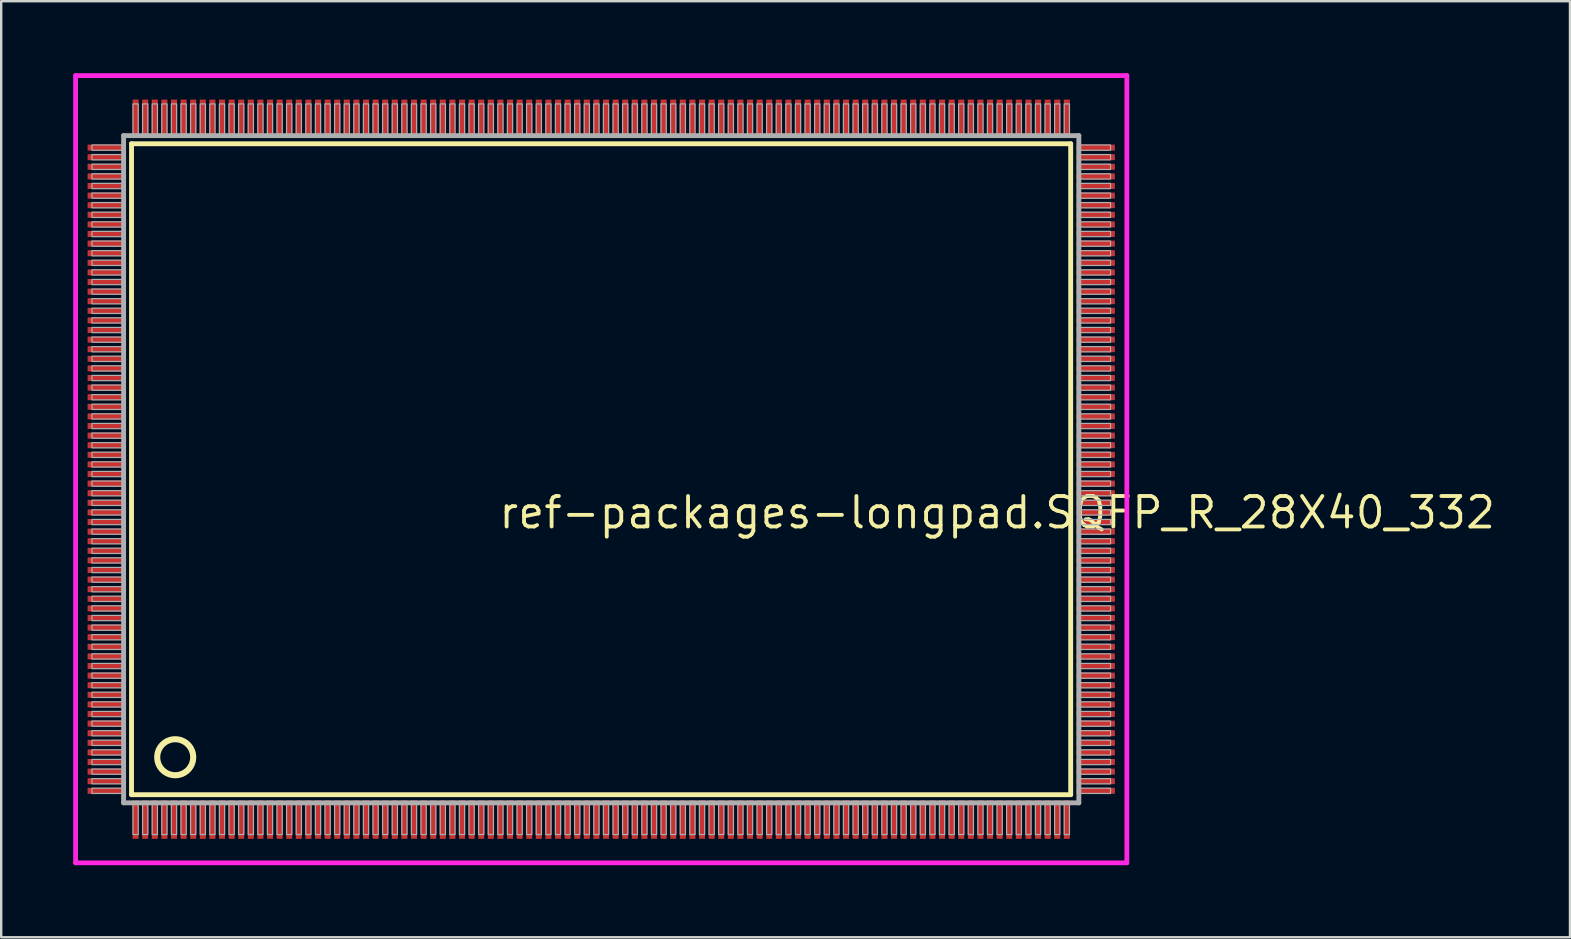
<source format=kicad_pcb>
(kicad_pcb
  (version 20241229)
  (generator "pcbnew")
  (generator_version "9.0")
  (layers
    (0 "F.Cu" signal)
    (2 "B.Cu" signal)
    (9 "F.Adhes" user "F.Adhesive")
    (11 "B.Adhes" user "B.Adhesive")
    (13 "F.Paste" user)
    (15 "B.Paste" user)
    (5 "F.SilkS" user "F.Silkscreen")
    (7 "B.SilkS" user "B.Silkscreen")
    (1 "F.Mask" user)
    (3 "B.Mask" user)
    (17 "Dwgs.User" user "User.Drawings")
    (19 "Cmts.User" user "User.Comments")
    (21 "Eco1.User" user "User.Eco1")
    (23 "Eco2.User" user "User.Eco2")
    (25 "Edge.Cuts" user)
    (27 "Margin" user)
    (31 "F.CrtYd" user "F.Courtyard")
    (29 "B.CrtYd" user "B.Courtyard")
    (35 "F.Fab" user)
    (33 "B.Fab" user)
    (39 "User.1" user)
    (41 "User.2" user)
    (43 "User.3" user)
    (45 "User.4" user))
  (footprint "ref-packages-longpad.SQFP_R_28X40_332"
    (layer "F.Cu")
    (at 22 16.5)
    (property "Reference" "ref-packages-longpad.SQFP_R_28X40_332" (at -4.35 2.55 0) (layer "F.SilkS") (effects (font (size 1.27 1.27) (thickness 0.16)) (justify left bottom)))
    (attr smd)
    (fp_line (start -19.57 -13.56) (end 19.56 -13.56) (stroke (width 0.203) (type default)) (layer "F.SilkS"))
    (fp_line (start -19.57 13.56) (end -19.57 -13.56) (stroke (width 0.203) (type default)) (layer "F.SilkS"))
    (fp_line (start 19.56 -13.56) (end 19.56 13.56) (stroke (width 0.203) (type default)) (layer "F.SilkS"))
    (fp_line (start 19.56 13.56) (end -19.57 13.56) (stroke (width 0.203) (type default)) (layer "F.SilkS"))
    (fp_circle (center -17.75 12) (end -17 12) (stroke (width 0.254) (type default)) (fill no) (layer "F.SilkS"))
    (fp_line (start -21.9 -16.4) (end 21.9 -16.4) (stroke (width 0.2) (type default)) (layer "F.CrtYd"))
    (fp_line (start -21.9 16.4) (end -21.9 -16.4) (stroke (width 0.2) (type default)) (layer "F.CrtYd"))
    (fp_line (start 21.9 -16.4) (end 21.9 16.4) (stroke (width 0.2) (type default)) (layer "F.CrtYd"))
    (fp_line (start 21.9 16.4) (end -21.9 16.4) (stroke (width 0.2) (type default)) (layer "F.CrtYd"))
    (fp_line (start -19.9 -13.9) (end -19.9 13.9) (stroke (width 0.203) (type default)) (layer "F.Fab"))
    (fp_line (start -19.9 13.9) (end 19.9 13.9) (stroke (width 0.203) (type default)) (layer "F.Fab"))
    (fp_line (start 19.9 -13.9) (end -19.9 -13.9) (stroke (width 0.203) (type default)) (layer "F.Fab"))
    (fp_line (start 19.9 13.9) (end 19.9 -13.9) (stroke (width 0.203) (type default)) (layer "F.Fab"))
    (fp_rect (start -21.22 -13.29) (end -19.95 -13.51) (stroke (width 0.05) (type default)) (fill no) (layer "F.Fab"))
    (fp_rect (start -21.22 -12.89) (end -19.95 -13.11) (stroke (width 0.05) (type default)) (fill no) (layer "F.Fab"))
    (fp_rect (start -21.22 -12.49) (end -19.95 -12.71) (stroke (width 0.05) (type default)) (fill no) (layer "F.Fab"))
    (fp_rect (start -21.22 -12.09) (end -19.95 -12.31) (stroke (width 0.05) (type default)) (fill no) (layer "F.Fab"))
    (fp_rect (start -21.22 -11.69) (end -19.95 -11.91) (stroke (width 0.05) (type default)) (fill no) (layer "F.Fab"))
    (fp_rect (start -21.22 -11.29) (end -19.95 -11.51) (stroke (width 0.05) (type default)) (fill no) (layer "F.Fab"))
    (fp_rect (start -21.22 -10.89) (end -19.95 -11.11) (stroke (width 0.05) (type default)) (fill no) (layer "F.Fab"))
    (fp_rect (start -21.22 -10.49) (end -19.95 -10.71) (stroke (width 0.05) (type default)) (fill no) (layer "F.Fab"))
    (fp_rect (start -21.22 -10.09) (end -19.95 -10.31) (stroke (width 0.05) (type default)) (fill no) (layer "F.Fab"))
    (fp_rect (start -21.22 -9.69) (end -19.95 -9.91) (stroke (width 0.05) (type default)) (fill no) (layer "F.Fab"))
    (fp_rect (start -21.22 -9.29) (end -19.95 -9.51) (stroke (width 0.05) (type default)) (fill no) (layer "F.Fab"))
    (fp_rect (start -21.22 -8.89) (end -19.95 -9.11) (stroke (width 0.05) (type default)) (fill no) (layer "F.Fab"))
    (fp_rect (start -21.22 -8.49) (end -19.95 -8.71) (stroke (width 0.05) (type default)) (fill no) (layer "F.Fab"))
    (fp_rect (start -21.22 -8.09) (end -19.95 -8.31) (stroke (width 0.05) (type default)) (fill no) (layer "F.Fab"))
    (fp_rect (start -21.22 -7.69) (end -19.95 -7.91) (stroke (width 0.05) (type default)) (fill no) (layer "F.Fab"))
    (fp_rect (start -21.22 -7.29) (end -19.95 -7.51) (stroke (width 0.05) (type default)) (fill no) (layer "F.Fab"))
    (fp_rect (start -21.22 -6.89) (end -19.95 -7.11) (stroke (width 0.05) (type default)) (fill no) (layer "F.Fab"))
    (fp_rect (start -21.22 -6.49) (end -19.95 -6.71) (stroke (width 0.05) (type default)) (fill no) (layer "F.Fab"))
    (fp_rect (start -21.22 -6.09) (end -19.95 -6.31) (stroke (width 0.05) (type default)) (fill no) (layer "F.Fab"))
    (fp_rect (start -21.22 -5.69) (end -19.95 -5.91) (stroke (width 0.05) (type default)) (fill no) (layer "F.Fab"))
    (fp_rect (start -21.22 -5.29) (end -19.95 -5.51) (stroke (width 0.05) (type default)) (fill no) (layer "F.Fab"))
    (fp_rect (start -21.22 -4.89) (end -19.95 -5.11) (stroke (width 0.05) (type default)) (fill no) (layer "F.Fab"))
    (fp_rect (start -21.22 -4.49) (end -19.95 -4.71) (stroke (width 0.05) (type default)) (fill no) (layer "F.Fab"))
    (fp_rect (start -21.22 -4.09) (end -19.95 -4.31) (stroke (width 0.05) (type default)) (fill no) (layer "F.Fab"))
    (fp_rect (start -21.22 -3.69) (end -19.95 -3.91) (stroke (width 0.05) (type default)) (fill no) (layer "F.Fab"))
    (fp_rect (start -21.22 -3.29) (end -19.95 -3.51) (stroke (width 0.05) (type default)) (fill no) (layer "F.Fab"))
    (fp_rect (start -21.22 -2.89) (end -19.95 -3.11) (stroke (width 0.05) (type default)) (fill no) (layer "F.Fab"))
    (fp_rect (start -21.22 -2.49) (end -19.95 -2.71) (stroke (width 0.05) (type default)) (fill no) (layer "F.Fab"))
    (fp_rect (start -21.22 -2.09) (end -19.95 -2.31) (stroke (width 0.05) (type default)) (fill no) (layer "F.Fab"))
    (fp_rect (start -21.22 -1.69) (end -19.95 -1.91) (stroke (width 0.05) (type default)) (fill no) (layer "F.Fab"))
    (fp_rect (start -21.22 -1.29) (end -19.95 -1.51) (stroke (width 0.05) (type default)) (fill no) (layer "F.Fab"))
    (fp_rect (start -21.22 -0.89) (end -19.95 -1.11) (stroke (width 0.05) (type default)) (fill no) (layer "F.Fab"))
    (fp_rect (start -21.22 -0.49) (end -19.95 -0.71) (stroke (width 0.05) (type default)) (fill no) (layer "F.Fab"))
    (fp_rect (start -21.22 -0.09) (end -19.95 -0.31) (stroke (width 0.05) (type default)) (fill no) (layer "F.Fab"))
    (fp_rect (start -21.22 0.31) (end -19.95 0.09) (stroke (width 0.05) (type default)) (fill no) (layer "F.Fab"))
    (fp_rect (start -21.22 0.71) (end -19.95 0.49) (stroke (width 0.05) (type default)) (fill no) (layer "F.Fab"))
    (fp_rect (start -21.22 1.11) (end -19.95 0.89) (stroke (width 0.05) (type default)) (fill no) (layer "F.Fab"))
    (fp_rect (start -21.22 1.51) (end -19.95 1.29) (stroke (width 0.05) (type default)) (fill no) (layer "F.Fab"))
    (fp_rect (start -21.22 1.91) (end -19.95 1.69) (stroke (width 0.05) (type default)) (fill no) (layer "F.Fab"))
    (fp_rect (start -21.22 2.31) (end -19.95 2.09) (stroke (width 0.05) (type default)) (fill no) (layer "F.Fab"))
    (fp_rect (start -21.22 2.71) (end -19.95 2.49) (stroke (width 0.05) (type default)) (fill no) (layer "F.Fab"))
    (fp_rect (start -21.22 3.11) (end -19.95 2.89) (stroke (width 0.05) (type default)) (fill no) (layer "F.Fab"))
    (fp_rect (start -21.22 3.51) (end -19.95 3.29) (stroke (width 0.05) (type default)) (fill no) (layer "F.Fab"))
    (fp_rect (start -21.22 3.91) (end -19.95 3.69) (stroke (width 0.05) (type default)) (fill no) (layer "F.Fab"))
    (fp_rect (start -21.22 4.31) (end -19.95 4.09) (stroke (width 0.05) (type default)) (fill no) (layer "F.Fab"))
    (fp_rect (start -21.22 4.71) (end -19.95 4.49) (stroke (width 0.05) (type default)) (fill no) (layer "F.Fab"))
    (fp_rect (start -21.22 5.11) (end -19.95 4.89) (stroke (width 0.05) (type default)) (fill no) (layer "F.Fab"))
    (fp_rect (start -21.22 5.51) (end -19.95 5.29) (stroke (width 0.05) (type default)) (fill no) (layer "F.Fab"))
    (fp_rect (start -21.22 5.91) (end -19.95 5.69) (stroke (width 0.05) (type default)) (fill no) (layer "F.Fab"))
    (fp_rect (start -21.22 6.31) (end -19.95 6.09) (stroke (width 0.05) (type default)) (fill no) (layer "F.Fab"))
    (fp_rect (start -21.22 6.71) (end -19.95 6.49) (stroke (width 0.05) (type default)) (fill no) (layer "F.Fab"))
    (fp_rect (start -21.22 7.11) (end -19.95 6.89) (stroke (width 0.05) (type default)) (fill no) (layer "F.Fab"))
    (fp_rect (start -21.22 7.51) (end -19.95 7.29) (stroke (width 0.05) (type default)) (fill no) (layer "F.Fab"))
    (fp_rect (start -21.22 7.91) (end -19.95 7.69) (stroke (width 0.05) (type default)) (fill no) (layer "F.Fab"))
    (fp_rect (start -21.22 8.31) (end -19.95 8.09) (stroke (width 0.05) (type default)) (fill no) (layer "F.Fab"))
    (fp_rect (start -21.22 8.71) (end -19.95 8.49) (stroke (width 0.05) (type default)) (fill no) (layer "F.Fab"))
    (fp_rect (start -21.22 9.11) (end -19.95 8.89) (stroke (width 0.05) (type default)) (fill no) (layer "F.Fab"))
    (fp_rect (start -21.22 9.51) (end -19.95 9.29) (stroke (width 0.05) (type default)) (fill no) (layer "F.Fab"))
    (fp_rect (start -21.22 9.91) (end -19.95 9.69) (stroke (width 0.05) (type default)) (fill no) (layer "F.Fab"))
    (fp_rect (start -21.22 10.31) (end -19.95 10.09) (stroke (width 0.05) (type default)) (fill no) (layer "F.Fab"))
    (fp_rect (start -21.22 10.71) (end -19.95 10.49) (stroke (width 0.05) (type default)) (fill no) (layer "F.Fab"))
    (fp_rect (start -21.22 11.11) (end -19.95 10.89) (stroke (width 0.05) (type default)) (fill no) (layer "F.Fab"))
    (fp_rect (start -21.22 11.51) (end -19.95 11.29) (stroke (width 0.05) (type default)) (fill no) (layer "F.Fab"))
    (fp_rect (start -21.22 11.91) (end -19.95 11.69) (stroke (width 0.05) (type default)) (fill no) (layer "F.Fab"))
    (fp_rect (start -21.22 12.31) (end -19.95 12.09) (stroke (width 0.05) (type default)) (fill no) (layer "F.Fab"))
    (fp_rect (start -21.22 12.71) (end -19.95 12.49) (stroke (width 0.05) (type default)) (fill no) (layer "F.Fab"))
    (fp_rect (start -21.22 13.11) (end -19.95 12.89) (stroke (width 0.05) (type default)) (fill no) (layer "F.Fab"))
    (fp_rect (start -21.22 13.51) (end -19.95 13.29) (stroke (width 0.05) (type default)) (fill no) (layer "F.Fab"))
    (fp_rect (start -19.51 -13.95) (end -19.29 -15.22) (stroke (width 0.05) (type default)) (fill no) (layer "F.Fab"))
    (fp_rect (start -19.51 15.22) (end -19.29 13.95) (stroke (width 0.05) (type default)) (fill no) (layer "F.Fab"))
    (fp_rect (start -19.11 -13.95) (end -18.89 -15.22) (stroke (width 0.05) (type default)) (fill no) (layer "F.Fab"))
    (fp_rect (start -19.11 15.22) (end -18.89 13.95) (stroke (width 0.05) (type default)) (fill no) (layer "F.Fab"))
    (fp_rect (start -18.71 -13.95) (end -18.49 -15.22) (stroke (width 0.05) (type default)) (fill no) (layer "F.Fab"))
    (fp_rect (start -18.71 15.22) (end -18.49 13.95) (stroke (width 0.05) (type default)) (fill no) (layer "F.Fab"))
    (fp_rect (start -18.31 -13.95) (end -18.09 -15.22) (stroke (width 0.05) (type default)) (fill no) (layer "F.Fab"))
    (fp_rect (start -18.31 15.22) (end -18.09 13.95) (stroke (width 0.05) (type default)) (fill no) (layer "F.Fab"))
    (fp_rect (start -17.91 -13.95) (end -17.69 -15.22) (stroke (width 0.05) (type default)) (fill no) (layer "F.Fab"))
    (fp_rect (start -17.91 15.22) (end -17.69 13.95) (stroke (width 0.05) (type default)) (fill no) (layer "F.Fab"))
    (fp_rect (start -17.51 -13.95) (end -17.29 -15.22) (stroke (width 0.05) (type default)) (fill no) (layer "F.Fab"))
    (fp_rect (start -17.51 15.22) (end -17.29 13.95) (stroke (width 0.05) (type default)) (fill no) (layer "F.Fab"))
    (fp_rect (start -17.11 -13.95) (end -16.89 -15.22) (stroke (width 0.05) (type default)) (fill no) (layer "F.Fab"))
    (fp_rect (start -17.11 15.22) (end -16.89 13.95) (stroke (width 0.05) (type default)) (fill no) (layer "F.Fab"))
    (fp_rect (start -16.71 -13.95) (end -16.49 -15.22) (stroke (width 0.05) (type default)) (fill no) (layer "F.Fab"))
    (fp_rect (start -16.71 15.22) (end -16.49 13.95) (stroke (width 0.05) (type default)) (fill no) (layer "F.Fab"))
    (fp_rect (start -16.31 -13.95) (end -16.09 -15.22) (stroke (width 0.05) (type default)) (fill no) (layer "F.Fab"))
    (fp_rect (start -16.31 15.22) (end -16.09 13.95) (stroke (width 0.05) (type default)) (fill no) (layer "F.Fab"))
    (fp_rect (start -15.91 -13.95) (end -15.69 -15.22) (stroke (width 0.05) (type default)) (fill no) (layer "F.Fab"))
    (fp_rect (start -15.91 15.22) (end -15.69 13.95) (stroke (width 0.05) (type default)) (fill no) (layer "F.Fab"))
    (fp_rect (start -15.51 -13.95) (end -15.29 -15.22) (stroke (width 0.05) (type default)) (fill no) (layer "F.Fab"))
    (fp_rect (start -15.51 15.22) (end -15.29 13.95) (stroke (width 0.05) (type default)) (fill no) (layer "F.Fab"))
    (fp_rect (start -15.11 -13.95) (end -14.89 -15.22) (stroke (width 0.05) (type default)) (fill no) (layer "F.Fab"))
    (fp_rect (start -15.11 15.22) (end -14.89 13.95) (stroke (width 0.05) (type default)) (fill no) (layer "F.Fab"))
    (fp_rect (start -14.71 -13.95) (end -14.49 -15.22) (stroke (width 0.05) (type default)) (fill no) (layer "F.Fab"))
    (fp_rect (start -14.71 15.22) (end -14.49 13.95) (stroke (width 0.05) (type default)) (fill no) (layer "F.Fab"))
    (fp_rect (start -14.31 -13.95) (end -14.09 -15.22) (stroke (width 0.05) (type default)) (fill no) (layer "F.Fab"))
    (fp_rect (start -14.31 15.22) (end -14.09 13.95) (stroke (width 0.05) (type default)) (fill no) (layer "F.Fab"))
    (fp_rect (start -13.91 -13.95) (end -13.69 -15.22) (stroke (width 0.05) (type default)) (fill no) (layer "F.Fab"))
    (fp_rect (start -13.91 15.22) (end -13.69 13.95) (stroke (width 0.05) (type default)) (fill no) (layer "F.Fab"))
    (fp_rect (start -13.51 -13.95) (end -13.29 -15.22) (stroke (width 0.05) (type default)) (fill no) (layer "F.Fab"))
    (fp_rect (start -13.51 15.22) (end -13.29 13.95) (stroke (width 0.05) (type default)) (fill no) (layer "F.Fab"))
    (fp_rect (start -13.11 -13.95) (end -12.89 -15.22) (stroke (width 0.05) (type default)) (fill no) (layer "F.Fab"))
    (fp_rect (start -13.11 15.22) (end -12.89 13.95) (stroke (width 0.05) (type default)) (fill no) (layer "F.Fab"))
    (fp_rect (start -12.71 -13.95) (end -12.49 -15.22) (stroke (width 0.05) (type default)) (fill no) (layer "F.Fab"))
    (fp_rect (start -12.71 15.22) (end -12.49 13.95) (stroke (width 0.05) (type default)) (fill no) (layer "F.Fab"))
    (fp_rect (start -12.31 -13.95) (end -12.09 -15.22) (stroke (width 0.05) (type default)) (fill no) (layer "F.Fab"))
    (fp_rect (start -12.31 15.22) (end -12.09 13.95) (stroke (width 0.05) (type default)) (fill no) (layer "F.Fab"))
    (fp_rect (start -11.91 -13.95) (end -11.69 -15.22) (stroke (width 0.05) (type default)) (fill no) (layer "F.Fab"))
    (fp_rect (start -11.91 15.22) (end -11.69 13.95) (stroke (width 0.05) (type default)) (fill no) (layer "F.Fab"))
    (fp_rect (start -11.51 -13.95) (end -11.29 -15.22) (stroke (width 0.05) (type default)) (fill no) (layer "F.Fab"))
    (fp_rect (start -11.51 15.22) (end -11.29 13.95) (stroke (width 0.05) (type default)) (fill no) (layer "F.Fab"))
    (fp_rect (start -11.11 -13.95) (end -10.89 -15.22) (stroke (width 0.05) (type default)) (fill no) (layer "F.Fab"))
    (fp_rect (start -11.11 15.22) (end -10.89 13.95) (stroke (width 0.05) (type default)) (fill no) (layer "F.Fab"))
    (fp_rect (start -10.71 -13.95) (end -10.49 -15.22) (stroke (width 0.05) (type default)) (fill no) (layer "F.Fab"))
    (fp_rect (start -10.71 15.22) (end -10.49 13.95) (stroke (width 0.05) (type default)) (fill no) (layer "F.Fab"))
    (fp_rect (start -10.31 -13.95) (end -10.09 -15.22) (stroke (width 0.05) (type default)) (fill no) (layer "F.Fab"))
    (fp_rect (start -10.31 15.22) (end -10.09 13.95) (stroke (width 0.05) (type default)) (fill no) (layer "F.Fab"))
    (fp_rect (start -9.91 -13.95) (end -9.69 -15.22) (stroke (width 0.05) (type default)) (fill no) (layer "F.Fab"))
    (fp_rect (start -9.91 15.22) (end -9.69 13.95) (stroke (width 0.05) (type default)) (fill no) (layer "F.Fab"))
    (fp_rect (start -9.51 -13.95) (end -9.29 -15.22) (stroke (width 0.05) (type default)) (fill no) (layer "F.Fab"))
    (fp_rect (start -9.51 15.22) (end -9.29 13.95) (stroke (width 0.05) (type default)) (fill no) (layer "F.Fab"))
    (fp_rect (start -9.11 -13.95) (end -8.89 -15.22) (stroke (width 0.05) (type default)) (fill no) (layer "F.Fab"))
    (fp_rect (start -9.11 15.22) (end -8.89 13.95) (stroke (width 0.05) (type default)) (fill no) (layer "F.Fab"))
    (fp_rect (start -8.71 -13.95) (end -8.49 -15.22) (stroke (width 0.05) (type default)) (fill no) (layer "F.Fab"))
    (fp_rect (start -8.71 15.22) (end -8.49 13.95) (stroke (width 0.05) (type default)) (fill no) (layer "F.Fab"))
    (fp_rect (start -8.31 -13.95) (end -8.09 -15.22) (stroke (width 0.05) (type default)) (fill no) (layer "F.Fab"))
    (fp_rect (start -8.31 15.22) (end -8.09 13.95) (stroke (width 0.05) (type default)) (fill no) (layer "F.Fab"))
    (fp_rect (start -7.91 -13.95) (end -7.69 -15.22) (stroke (width 0.05) (type default)) (fill no) (layer "F.Fab"))
    (fp_rect (start -7.91 15.22) (end -7.69 13.95) (stroke (width 0.05) (type default)) (fill no) (layer "F.Fab"))
    (fp_rect (start -7.51 -13.95) (end -7.29 -15.22) (stroke (width 0.05) (type default)) (fill no) (layer "F.Fab"))
    (fp_rect (start -7.51 15.22) (end -7.29 13.95) (stroke (width 0.05) (type default)) (fill no) (layer "F.Fab"))
    (fp_rect (start -7.11 -13.95) (end -6.89 -15.22) (stroke (width 0.05) (type default)) (fill no) (layer "F.Fab"))
    (fp_rect (start -7.11 15.22) (end -6.89 13.95) (stroke (width 0.05) (type default)) (fill no) (layer "F.Fab"))
    (fp_rect (start -6.71 -13.95) (end -6.49 -15.22) (stroke (width 0.05) (type default)) (fill no) (layer "F.Fab"))
    (fp_rect (start -6.71 15.22) (end -6.49 13.95) (stroke (width 0.05) (type default)) (fill no) (layer "F.Fab"))
    (fp_rect (start -6.31 -13.95) (end -6.09 -15.22) (stroke (width 0.05) (type default)) (fill no) (layer "F.Fab"))
    (fp_rect (start -6.31 15.22) (end -6.09 13.95) (stroke (width 0.05) (type default)) (fill no) (layer "F.Fab"))
    (fp_rect (start -5.91 -13.95) (end -5.69 -15.22) (stroke (width 0.05) (type default)) (fill no) (layer "F.Fab"))
    (fp_rect (start -5.91 15.22) (end -5.69 13.95) (stroke (width 0.05) (type default)) (fill no) (layer "F.Fab"))
    (fp_rect (start -5.51 -13.95) (end -5.29 -15.22) (stroke (width 0.05) (type default)) (fill no) (layer "F.Fab"))
    (fp_rect (start -5.51 15.22) (end -5.29 13.95) (stroke (width 0.05) (type default)) (fill no) (layer "F.Fab"))
    (fp_rect (start -5.11 -13.95) (end -4.89 -15.22) (stroke (width 0.05) (type default)) (fill no) (layer "F.Fab"))
    (fp_rect (start -5.11 15.22) (end -4.89 13.95) (stroke (width 0.05) (type default)) (fill no) (layer "F.Fab"))
    (fp_rect (start -4.71 -13.95) (end -4.49 -15.22) (stroke (width 0.05) (type default)) (fill no) (layer "F.Fab"))
    (fp_rect (start -4.71 15.22) (end -4.49 13.95) (stroke (width 0.05) (type default)) (fill no) (layer "F.Fab"))
    (fp_rect (start -4.31 -13.95) (end -4.09 -15.22) (stroke (width 0.05) (type default)) (fill no) (layer "F.Fab"))
    (fp_rect (start -4.31 15.22) (end -4.09 13.95) (stroke (width 0.05) (type default)) (fill no) (layer "F.Fab"))
    (fp_rect (start -3.91 -13.95) (end -3.69 -15.22) (stroke (width 0.05) (type default)) (fill no) (layer "F.Fab"))
    (fp_rect (start -3.91 15.22) (end -3.69 13.95) (stroke (width 0.05) (type default)) (fill no) (layer "F.Fab"))
    (fp_rect (start -3.51 -13.95) (end -3.29 -15.22) (stroke (width 0.05) (type default)) (fill no) (layer "F.Fab"))
    (fp_rect (start -3.51 15.22) (end -3.29 13.95) (stroke (width 0.05) (type default)) (fill no) (layer "F.Fab"))
    (fp_rect (start -3.11 -13.95) (end -2.89 -15.22) (stroke (width 0.05) (type default)) (fill no) (layer "F.Fab"))
    (fp_rect (start -3.11 15.22) (end -2.89 13.95) (stroke (width 0.05) (type default)) (fill no) (layer "F.Fab"))
    (fp_rect (start -2.71 -13.95) (end -2.49 -15.22) (stroke (width 0.05) (type default)) (fill no) (layer "F.Fab"))
    (fp_rect (start -2.71 15.22) (end -2.49 13.95) (stroke (width 0.05) (type default)) (fill no) (layer "F.Fab"))
    (fp_rect (start -2.31 -13.95) (end -2.09 -15.22) (stroke (width 0.05) (type default)) (fill no) (layer "F.Fab"))
    (fp_rect (start -2.31 15.22) (end -2.09 13.95) (stroke (width 0.05) (type default)) (fill no) (layer "F.Fab"))
    (fp_rect (start -1.91 -13.95) (end -1.69 -15.22) (stroke (width 0.05) (type default)) (fill no) (layer "F.Fab"))
    (fp_rect (start -1.91 15.22) (end -1.69 13.95) (stroke (width 0.05) (type default)) (fill no) (layer "F.Fab"))
    (fp_rect (start -1.51 -13.95) (end -1.29 -15.22) (stroke (width 0.05) (type default)) (fill no) (layer "F.Fab"))
    (fp_rect (start -1.51 15.22) (end -1.29 13.95) (stroke (width 0.05) (type default)) (fill no) (layer "F.Fab"))
    (fp_rect (start -1.11 -13.95) (end -0.89 -15.22) (stroke (width 0.05) (type default)) (fill no) (layer "F.Fab"))
    (fp_rect (start -1.11 15.22) (end -0.89 13.95) (stroke (width 0.05) (type default)) (fill no) (layer "F.Fab"))
    (fp_rect (start -0.71 -13.95) (end -0.49 -15.22) (stroke (width 0.05) (type default)) (fill no) (layer "F.Fab"))
    (fp_rect (start -0.71 15.22) (end -0.49 13.95) (stroke (width 0.05) (type default)) (fill no) (layer "F.Fab"))
    (fp_rect (start -0.31 -13.95) (end -0.09 -15.22) (stroke (width 0.05) (type default)) (fill no) (layer "F.Fab"))
    (fp_rect (start -0.31 15.22) (end -0.09 13.95) (stroke (width 0.05) (type default)) (fill no) (layer "F.Fab"))
    (fp_rect (start 0.09 -13.95) (end 0.31 -15.22) (stroke (width 0.05) (type default)) (fill no) (layer "F.Fab"))
    (fp_rect (start 0.09 15.22) (end 0.31 13.95) (stroke (width 0.05) (type default)) (fill no) (layer "F.Fab"))
    (fp_rect (start 0.49 -13.95) (end 0.71 -15.22) (stroke (width 0.05) (type default)) (fill no) (layer "F.Fab"))
    (fp_rect (start 0.49 15.22) (end 0.71 13.95) (stroke (width 0.05) (type default)) (fill no) (layer "F.Fab"))
    (fp_rect (start 0.89 -13.95) (end 1.11 -15.22) (stroke (width 0.05) (type default)) (fill no) (layer "F.Fab"))
    (fp_rect (start 0.89 15.22) (end 1.11 13.95) (stroke (width 0.05) (type default)) (fill no) (layer "F.Fab"))
    (fp_rect (start 1.29 -13.95) (end 1.51 -15.22) (stroke (width 0.05) (type default)) (fill no) (layer "F.Fab"))
    (fp_rect (start 1.29 15.22) (end 1.51 13.95) (stroke (width 0.05) (type default)) (fill no) (layer "F.Fab"))
    (fp_rect (start 1.69 -13.95) (end 1.91 -15.22) (stroke (width 0.05) (type default)) (fill no) (layer "F.Fab"))
    (fp_rect (start 1.69 15.22) (end 1.91 13.95) (stroke (width 0.05) (type default)) (fill no) (layer "F.Fab"))
    (fp_rect (start 2.09 -13.95) (end 2.31 -15.22) (stroke (width 0.05) (type default)) (fill no) (layer "F.Fab"))
    (fp_rect (start 2.09 15.22) (end 2.31 13.95) (stroke (width 0.05) (type default)) (fill no) (layer "F.Fab"))
    (fp_rect (start 2.49 -13.95) (end 2.71 -15.22) (stroke (width 0.05) (type default)) (fill no) (layer "F.Fab"))
    (fp_rect (start 2.49 15.22) (end 2.71 13.95) (stroke (width 0.05) (type default)) (fill no) (layer "F.Fab"))
    (fp_rect (start 2.89 -13.95) (end 3.11 -15.22) (stroke (width 0.05) (type default)) (fill no) (layer "F.Fab"))
    (fp_rect (start 2.89 15.22) (end 3.11 13.95) (stroke (width 0.05) (type default)) (fill no) (layer "F.Fab"))
    (fp_rect (start 3.29 -13.95) (end 3.51 -15.22) (stroke (width 0.05) (type default)) (fill no) (layer "F.Fab"))
    (fp_rect (start 3.29 15.22) (end 3.51 13.95) (stroke (width 0.05) (type default)) (fill no) (layer "F.Fab"))
    (fp_rect (start 3.69 -13.95) (end 3.91 -15.22) (stroke (width 0.05) (type default)) (fill no) (layer "F.Fab"))
    (fp_rect (start 3.69 15.22) (end 3.91 13.95) (stroke (width 0.05) (type default)) (fill no) (layer "F.Fab"))
    (fp_rect (start 4.09 -13.95) (end 4.31 -15.22) (stroke (width 0.05) (type default)) (fill no) (layer "F.Fab"))
    (fp_rect (start 4.09 15.22) (end 4.31 13.95) (stroke (width 0.05) (type default)) (fill no) (layer "F.Fab"))
    (fp_rect (start 4.49 -13.95) (end 4.71 -15.22) (stroke (width 0.05) (type default)) (fill no) (layer "F.Fab"))
    (fp_rect (start 4.49 15.22) (end 4.71 13.95) (stroke (width 0.05) (type default)) (fill no) (layer "F.Fab"))
    (fp_rect (start 4.89 -13.95) (end 5.11 -15.22) (stroke (width 0.05) (type default)) (fill no) (layer "F.Fab"))
    (fp_rect (start 4.89 15.22) (end 5.11 13.95) (stroke (width 0.05) (type default)) (fill no) (layer "F.Fab"))
    (fp_rect (start 5.29 -13.95) (end 5.51 -15.22) (stroke (width 0.05) (type default)) (fill no) (layer "F.Fab"))
    (fp_rect (start 5.29 15.22) (end 5.51 13.95) (stroke (width 0.05) (type default)) (fill no) (layer "F.Fab"))
    (fp_rect (start 5.69 -13.95) (end 5.91 -15.22) (stroke (width 0.05) (type default)) (fill no) (layer "F.Fab"))
    (fp_rect (start 5.69 15.22) (end 5.91 13.95) (stroke (width 0.05) (type default)) (fill no) (layer "F.Fab"))
    (fp_rect (start 6.09 -13.95) (end 6.31 -15.22) (stroke (width 0.05) (type default)) (fill no) (layer "F.Fab"))
    (fp_rect (start 6.09 15.22) (end 6.31 13.95) (stroke (width 0.05) (type default)) (fill no) (layer "F.Fab"))
    (fp_rect (start 6.49 -13.95) (end 6.71 -15.22) (stroke (width 0.05) (type default)) (fill no) (layer "F.Fab"))
    (fp_rect (start 6.49 15.22) (end 6.71 13.95) (stroke (width 0.05) (type default)) (fill no) (layer "F.Fab"))
    (fp_rect (start 6.89 -13.95) (end 7.11 -15.22) (stroke (width 0.05) (type default)) (fill no) (layer "F.Fab"))
    (fp_rect (start 6.89 15.22) (end 7.11 13.95) (stroke (width 0.05) (type default)) (fill no) (layer "F.Fab"))
    (fp_rect (start 7.29 -13.95) (end 7.51 -15.22) (stroke (width 0.05) (type default)) (fill no) (layer "F.Fab"))
    (fp_rect (start 7.29 15.22) (end 7.51 13.95) (stroke (width 0.05) (type default)) (fill no) (layer "F.Fab"))
    (fp_rect (start 7.69 -13.95) (end 7.91 -15.22) (stroke (width 0.05) (type default)) (fill no) (layer "F.Fab"))
    (fp_rect (start 7.69 15.22) (end 7.91 13.95) (stroke (width 0.05) (type default)) (fill no) (layer "F.Fab"))
    (fp_rect (start 8.09 -13.95) (end 8.31 -15.22) (stroke (width 0.05) (type default)) (fill no) (layer "F.Fab"))
    (fp_rect (start 8.09 15.22) (end 8.31 13.95) (stroke (width 0.05) (type default)) (fill no) (layer "F.Fab"))
    (fp_rect (start 8.49 -13.95) (end 8.71 -15.22) (stroke (width 0.05) (type default)) (fill no) (layer "F.Fab"))
    (fp_rect (start 8.49 15.22) (end 8.71 13.95) (stroke (width 0.05) (type default)) (fill no) (layer "F.Fab"))
    (fp_rect (start 8.89 -13.95) (end 9.11 -15.22) (stroke (width 0.05) (type default)) (fill no) (layer "F.Fab"))
    (fp_rect (start 8.89 15.22) (end 9.11 13.95) (stroke (width 0.05) (type default)) (fill no) (layer "F.Fab"))
    (fp_rect (start 9.29 -13.95) (end 9.51 -15.22) (stroke (width 0.05) (type default)) (fill no) (layer "F.Fab"))
    (fp_rect (start 9.29 15.22) (end 9.51 13.95) (stroke (width 0.05) (type default)) (fill no) (layer "F.Fab"))
    (fp_rect (start 9.69 -13.95) (end 9.91 -15.22) (stroke (width 0.05) (type default)) (fill no) (layer "F.Fab"))
    (fp_rect (start 9.69 15.22) (end 9.91 13.95) (stroke (width 0.05) (type default)) (fill no) (layer "F.Fab"))
    (fp_rect (start 10.09 -13.95) (end 10.31 -15.22) (stroke (width 0.05) (type default)) (fill no) (layer "F.Fab"))
    (fp_rect (start 10.09 15.22) (end 10.31 13.95) (stroke (width 0.05) (type default)) (fill no) (layer "F.Fab"))
    (fp_rect (start 10.49 -13.95) (end 10.71 -15.22) (stroke (width 0.05) (type default)) (fill no) (layer "F.Fab"))
    (fp_rect (start 10.49 15.22) (end 10.71 13.95) (stroke (width 0.05) (type default)) (fill no) (layer "F.Fab"))
    (fp_rect (start 10.89 -13.95) (end 11.11 -15.22) (stroke (width 0.05) (type default)) (fill no) (layer "F.Fab"))
    (fp_rect (start 10.89 15.22) (end 11.11 13.95) (stroke (width 0.05) (type default)) (fill no) (layer "F.Fab"))
    (fp_rect (start 11.29 -13.95) (end 11.51 -15.22) (stroke (width 0.05) (type default)) (fill no) (layer "F.Fab"))
    (fp_rect (start 11.29 15.22) (end 11.51 13.95) (stroke (width 0.05) (type default)) (fill no) (layer "F.Fab"))
    (fp_rect (start 11.69 -13.95) (end 11.91 -15.22) (stroke (width 0.05) (type default)) (fill no) (layer "F.Fab"))
    (fp_rect (start 11.69 15.22) (end 11.91 13.95) (stroke (width 0.05) (type default)) (fill no) (layer "F.Fab"))
    (fp_rect (start 12.09 -13.95) (end 12.31 -15.22) (stroke (width 0.05) (type default)) (fill no) (layer "F.Fab"))
    (fp_rect (start 12.09 15.22) (end 12.31 13.95) (stroke (width 0.05) (type default)) (fill no) (layer "F.Fab"))
    (fp_rect (start 12.49 -13.95) (end 12.71 -15.22) (stroke (width 0.05) (type default)) (fill no) (layer "F.Fab"))
    (fp_rect (start 12.49 15.22) (end 12.71 13.95) (stroke (width 0.05) (type default)) (fill no) (layer "F.Fab"))
    (fp_rect (start 12.89 -13.95) (end 13.11 -15.22) (stroke (width 0.05) (type default)) (fill no) (layer "F.Fab"))
    (fp_rect (start 12.89 15.22) (end 13.11 13.95) (stroke (width 0.05) (type default)) (fill no) (layer "F.Fab"))
    (fp_rect (start 13.29 -13.95) (end 13.51 -15.22) (stroke (width 0.05) (type default)) (fill no) (layer "F.Fab"))
    (fp_rect (start 13.29 15.22) (end 13.51 13.95) (stroke (width 0.05) (type default)) (fill no) (layer "F.Fab"))
    (fp_rect (start 13.69 -13.95) (end 13.91 -15.22) (stroke (width 0.05) (type default)) (fill no) (layer "F.Fab"))
    (fp_rect (start 13.69 15.22) (end 13.91 13.95) (stroke (width 0.05) (type default)) (fill no) (layer "F.Fab"))
    (fp_rect (start 14.09 -13.95) (end 14.31 -15.22) (stroke (width 0.05) (type default)) (fill no) (layer "F.Fab"))
    (fp_rect (start 14.09 15.22) (end 14.31 13.95) (stroke (width 0.05) (type default)) (fill no) (layer "F.Fab"))
    (fp_rect (start 14.49 -13.95) (end 14.71 -15.22) (stroke (width 0.05) (type default)) (fill no) (layer "F.Fab"))
    (fp_rect (start 14.49 15.22) (end 14.71 13.95) (stroke (width 0.05) (type default)) (fill no) (layer "F.Fab"))
    (fp_rect (start 14.89 -13.95) (end 15.11 -15.22) (stroke (width 0.05) (type default)) (fill no) (layer "F.Fab"))
    (fp_rect (start 14.89 15.22) (end 15.11 13.95) (stroke (width 0.05) (type default)) (fill no) (layer "F.Fab"))
    (fp_rect (start 15.29 -13.95) (end 15.51 -15.22) (stroke (width 0.05) (type default)) (fill no) (layer "F.Fab"))
    (fp_rect (start 15.29 15.22) (end 15.51 13.95) (stroke (width 0.05) (type default)) (fill no) (layer "F.Fab"))
    (fp_rect (start 15.69 -13.95) (end 15.91 -15.22) (stroke (width 0.05) (type default)) (fill no) (layer "F.Fab"))
    (fp_rect (start 15.69 15.22) (end 15.91 13.95) (stroke (width 0.05) (type default)) (fill no) (layer "F.Fab"))
    (fp_rect (start 16.09 -13.95) (end 16.31 -15.22) (stroke (width 0.05) (type default)) (fill no) (layer "F.Fab"))
    (fp_rect (start 16.09 15.22) (end 16.31 13.95) (stroke (width 0.05) (type default)) (fill no) (layer "F.Fab"))
    (fp_rect (start 16.49 -13.95) (end 16.71 -15.22) (stroke (width 0.05) (type default)) (fill no) (layer "F.Fab"))
    (fp_rect (start 16.49 15.22) (end 16.71 13.95) (stroke (width 0.05) (type default)) (fill no) (layer "F.Fab"))
    (fp_rect (start 16.89 -13.95) (end 17.11 -15.22) (stroke (width 0.05) (type default)) (fill no) (layer "F.Fab"))
    (fp_rect (start 16.89 15.22) (end 17.11 13.95) (stroke (width 0.05) (type default)) (fill no) (layer "F.Fab"))
    (fp_rect (start 17.29 -13.95) (end 17.51 -15.22) (stroke (width 0.05) (type default)) (fill no) (layer "F.Fab"))
    (fp_rect (start 17.29 15.22) (end 17.51 13.95) (stroke (width 0.05) (type default)) (fill no) (layer "F.Fab"))
    (fp_rect (start 17.69 -13.95) (end 17.91 -15.22) (stroke (width 0.05) (type default)) (fill no) (layer "F.Fab"))
    (fp_rect (start 17.69 15.22) (end 17.91 13.95) (stroke (width 0.05) (type default)) (fill no) (layer "F.Fab"))
    (fp_rect (start 18.09 -13.95) (end 18.31 -15.22) (stroke (width 0.05) (type default)) (fill no) (layer "F.Fab"))
    (fp_rect (start 18.09 15.22) (end 18.31 13.95) (stroke (width 0.05) (type default)) (fill no) (layer "F.Fab"))
    (fp_rect (start 18.49 -13.95) (end 18.71 -15.22) (stroke (width 0.05) (type default)) (fill no) (layer "F.Fab"))
    (fp_rect (start 18.49 15.22) (end 18.71 13.95) (stroke (width 0.05) (type default)) (fill no) (layer "F.Fab"))
    (fp_rect (start 18.89 -13.95) (end 19.11 -15.22) (stroke (width 0.05) (type default)) (fill no) (layer "F.Fab"))
    (fp_rect (start 18.89 15.22) (end 19.11 13.95) (stroke (width 0.05) (type default)) (fill no) (layer "F.Fab"))
    (fp_rect (start 19.29 -13.95) (end 19.51 -15.22) (stroke (width 0.05) (type default)) (fill no) (layer "F.Fab"))
    (fp_rect (start 19.29 15.22) (end 19.51 13.95) (stroke (width 0.05) (type default)) (fill no) (layer "F.Fab"))
    (fp_rect (start 19.95 -13.29) (end 21.22 -13.51) (stroke (width 0.05) (type default)) (fill no) (layer "F.Fab"))
    (fp_rect (start 19.95 -12.89) (end 21.22 -13.11) (stroke (width 0.05) (type default)) (fill no) (layer "F.Fab"))
    (fp_rect (start 19.95 -12.49) (end 21.22 -12.71) (stroke (width 0.05) (type default)) (fill no) (layer "F.Fab"))
    (fp_rect (start 19.95 -12.09) (end 21.22 -12.31) (stroke (width 0.05) (type default)) (fill no) (layer "F.Fab"))
    (fp_rect (start 19.95 -11.69) (end 21.22 -11.91) (stroke (width 0.05) (type default)) (fill no) (layer "F.Fab"))
    (fp_rect (start 19.95 -11.29) (end 21.22 -11.51) (stroke (width 0.05) (type default)) (fill no) (layer "F.Fab"))
    (fp_rect (start 19.95 -10.89) (end 21.22 -11.11) (stroke (width 0.05) (type default)) (fill no) (layer "F.Fab"))
    (fp_rect (start 19.95 -10.49) (end 21.22 -10.71) (stroke (width 0.05) (type default)) (fill no) (layer "F.Fab"))
    (fp_rect (start 19.95 -10.09) (end 21.22 -10.31) (stroke (width 0.05) (type default)) (fill no) (layer "F.Fab"))
    (fp_rect (start 19.95 -9.69) (end 21.22 -9.91) (stroke (width 0.05) (type default)) (fill no) (layer "F.Fab"))
    (fp_rect (start 19.95 -9.29) (end 21.22 -9.51) (stroke (width 0.05) (type default)) (fill no) (layer "F.Fab"))
    (fp_rect (start 19.95 -8.89) (end 21.22 -9.11) (stroke (width 0.05) (type default)) (fill no) (layer "F.Fab"))
    (fp_rect (start 19.95 -8.49) (end 21.22 -8.71) (stroke (width 0.05) (type default)) (fill no) (layer "F.Fab"))
    (fp_rect (start 19.95 -8.09) (end 21.22 -8.31) (stroke (width 0.05) (type default)) (fill no) (layer "F.Fab"))
    (fp_rect (start 19.95 -7.69) (end 21.22 -7.91) (stroke (width 0.05) (type default)) (fill no) (layer "F.Fab"))
    (fp_rect (start 19.95 -7.29) (end 21.22 -7.51) (stroke (width 0.05) (type default)) (fill no) (layer "F.Fab"))
    (fp_rect (start 19.95 -6.89) (end 21.22 -7.11) (stroke (width 0.05) (type default)) (fill no) (layer "F.Fab"))
    (fp_rect (start 19.95 -6.49) (end 21.22 -6.71) (stroke (width 0.05) (type default)) (fill no) (layer "F.Fab"))
    (fp_rect (start 19.95 -6.09) (end 21.22 -6.31) (stroke (width 0.05) (type default)) (fill no) (layer "F.Fab"))
    (fp_rect (start 19.95 -5.69) (end 21.22 -5.91) (stroke (width 0.05) (type default)) (fill no) (layer "F.Fab"))
    (fp_rect (start 19.95 -5.29) (end 21.22 -5.51) (stroke (width 0.05) (type default)) (fill no) (layer "F.Fab"))
    (fp_rect (start 19.95 -4.89) (end 21.22 -5.11) (stroke (width 0.05) (type default)) (fill no) (layer "F.Fab"))
    (fp_rect (start 19.95 -4.49) (end 21.22 -4.71) (stroke (width 0.05) (type default)) (fill no) (layer "F.Fab"))
    (fp_rect (start 19.95 -4.09) (end 21.22 -4.31) (stroke (width 0.05) (type default)) (fill no) (layer "F.Fab"))
    (fp_rect (start 19.95 -3.69) (end 21.22 -3.91) (stroke (width 0.05) (type default)) (fill no) (layer "F.Fab"))
    (fp_rect (start 19.95 -3.29) (end 21.22 -3.51) (stroke (width 0.05) (type default)) (fill no) (layer "F.Fab"))
    (fp_rect (start 19.95 -2.89) (end 21.22 -3.11) (stroke (width 0.05) (type default)) (fill no) (layer "F.Fab"))
    (fp_rect (start 19.95 -2.49) (end 21.22 -2.71) (stroke (width 0.05) (type default)) (fill no) (layer "F.Fab"))
    (fp_rect (start 19.95 -2.09) (end 21.22 -2.31) (stroke (width 0.05) (type default)) (fill no) (layer "F.Fab"))
    (fp_rect (start 19.95 -1.69) (end 21.22 -1.91) (stroke (width 0.05) (type default)) (fill no) (layer "F.Fab"))
    (fp_rect (start 19.95 -1.29) (end 21.22 -1.51) (stroke (width 0.05) (type default)) (fill no) (layer "F.Fab"))
    (fp_rect (start 19.95 -0.89) (end 21.22 -1.11) (stroke (width 0.05) (type default)) (fill no) (layer "F.Fab"))
    (fp_rect (start 19.95 -0.49) (end 21.22 -0.71) (stroke (width 0.05) (type default)) (fill no) (layer "F.Fab"))
    (fp_rect (start 19.95 -0.09) (end 21.22 -0.31) (stroke (width 0.05) (type default)) (fill no) (layer "F.Fab"))
    (fp_rect (start 19.95 0.31) (end 21.22 0.09) (stroke (width 0.05) (type default)) (fill no) (layer "F.Fab"))
    (fp_rect (start 19.95 0.71) (end 21.22 0.49) (stroke (width 0.05) (type default)) (fill no) (layer "F.Fab"))
    (fp_rect (start 19.95 1.11) (end 21.22 0.89) (stroke (width 0.05) (type default)) (fill no) (layer "F.Fab"))
    (fp_rect (start 19.95 1.51) (end 21.22 1.29) (stroke (width 0.05) (type default)) (fill no) (layer "F.Fab"))
    (fp_rect (start 19.95 1.91) (end 21.22 1.69) (stroke (width 0.05) (type default)) (fill no) (layer "F.Fab"))
    (fp_rect (start 19.95 2.31) (end 21.22 2.09) (stroke (width 0.05) (type default)) (fill no) (layer "F.Fab"))
    (fp_rect (start 19.95 2.71) (end 21.22 2.49) (stroke (width 0.05) (type default)) (fill no) (layer "F.Fab"))
    (fp_rect (start 19.95 3.11) (end 21.22 2.89) (stroke (width 0.05) (type default)) (fill no) (layer "F.Fab"))
    (fp_rect (start 19.95 3.51) (end 21.22 3.29) (stroke (width 0.05) (type default)) (fill no) (layer "F.Fab"))
    (fp_rect (start 19.95 3.91) (end 21.22 3.69) (stroke (width 0.05) (type default)) (fill no) (layer "F.Fab"))
    (fp_rect (start 19.95 4.31) (end 21.22 4.09) (stroke (width 0.05) (type default)) (fill no) (layer "F.Fab"))
    (fp_rect (start 19.95 4.71) (end 21.22 4.49) (stroke (width 0.05) (type default)) (fill no) (layer "F.Fab"))
    (fp_rect (start 19.95 5.11) (end 21.22 4.89) (stroke (width 0.05) (type default)) (fill no) (layer "F.Fab"))
    (fp_rect (start 19.95 5.51) (end 21.22 5.29) (stroke (width 0.05) (type default)) (fill no) (layer "F.Fab"))
    (fp_rect (start 19.95 5.91) (end 21.22 5.69) (stroke (width 0.05) (type default)) (fill no) (layer "F.Fab"))
    (fp_rect (start 19.95 6.31) (end 21.22 6.09) (stroke (width 0.05) (type default)) (fill no) (layer "F.Fab"))
    (fp_rect (start 19.95 6.71) (end 21.22 6.49) (stroke (width 0.05) (type default)) (fill no) (layer "F.Fab"))
    (fp_rect (start 19.95 7.11) (end 21.22 6.89) (stroke (width 0.05) (type default)) (fill no) (layer "F.Fab"))
    (fp_rect (start 19.95 7.51) (end 21.22 7.29) (stroke (width 0.05) (type default)) (fill no) (layer "F.Fab"))
    (fp_rect (start 19.95 7.91) (end 21.22 7.69) (stroke (width 0.05) (type default)) (fill no) (layer "F.Fab"))
    (fp_rect (start 19.95 8.31) (end 21.22 8.09) (stroke (width 0.05) (type default)) (fill no) (layer "F.Fab"))
    (fp_rect (start 19.95 8.71) (end 21.22 8.49) (stroke (width 0.05) (type default)) (fill no) (layer "F.Fab"))
    (fp_rect (start 19.95 9.11) (end 21.22 8.89) (stroke (width 0.05) (type default)) (fill no) (layer "F.Fab"))
    (fp_rect (start 19.95 9.51) (end 21.22 9.29) (stroke (width 0.05) (type default)) (fill no) (layer "F.Fab"))
    (fp_rect (start 19.95 9.91) (end 21.22 9.69) (stroke (width 0.05) (type default)) (fill no) (layer "F.Fab"))
    (fp_rect (start 19.95 10.31) (end 21.22 10.09) (stroke (width 0.05) (type default)) (fill no) (layer "F.Fab"))
    (fp_rect (start 19.95 10.71) (end 21.22 10.49) (stroke (width 0.05) (type default)) (fill no) (layer "F.Fab"))
    (fp_rect (start 19.95 11.11) (end 21.22 10.89) (stroke (width 0.05) (type default)) (fill no) (layer "F.Fab"))
    (fp_rect (start 19.95 11.51) (end 21.22 11.29) (stroke (width 0.05) (type default)) (fill no) (layer "F.Fab"))
    (fp_rect (start 19.95 11.91) (end 21.22 11.69) (stroke (width 0.05) (type default)) (fill no) (layer "F.Fab"))
    (fp_rect (start 19.95 12.31) (end 21.22 12.09) (stroke (width 0.05) (type default)) (fill no) (layer "F.Fab"))
    (fp_rect (start 19.95 12.71) (end 21.22 12.49) (stroke (width 0.05) (type default)) (fill no) (layer "F.Fab"))
    (fp_rect (start 19.95 13.11) (end 21.22 12.89) (stroke (width 0.05) (type default)) (fill no) (layer "F.Fab"))
    (fp_rect (start 19.95 13.51) (end 21.22 13.29) (stroke (width 0.05) (type default)) (fill no) (layer "F.Fab"))
    (pad "1" smd roundrect (at -19.4 14.6) (size 0.25 1.6) (layers "F.Cu" "F.Mask" "F.Paste") (roundrect_rratio 0.01))
    (pad "2" smd roundrect (at -19 14.6) (size 0.25 1.6) (layers "F.Cu" "F.Mask" "F.Paste") (roundrect_rratio 0.01))
    (pad "3" smd roundrect (at -18.6 14.6) (size 0.25 1.6) (layers "F.Cu" "F.Mask" "F.Paste") (roundrect_rratio 0.01))
    (pad "4" smd roundrect (at -18.2 14.6) (size 0.25 1.6) (layers "F.Cu" "F.Mask" "F.Paste") (roundrect_rratio 0.01))
    (pad "5" smd roundrect (at -17.8 14.6) (size 0.25 1.6) (layers "F.Cu" "F.Mask" "F.Paste") (roundrect_rratio 0.01))
    (pad "6" smd roundrect (at -17.4 14.6) (size 0.25 1.6) (layers "F.Cu" "F.Mask" "F.Paste") (roundrect_rratio 0.01))
    (pad "7" smd roundrect (at -17 14.6) (size 0.25 1.6) (layers "F.Cu" "F.Mask" "F.Paste") (roundrect_rratio 0.01))
    (pad "8" smd roundrect (at -16.6 14.6) (size 0.25 1.6) (layers "F.Cu" "F.Mask" "F.Paste") (roundrect_rratio 0.01))
    (pad "9" smd roundrect (at -16.2 14.6) (size 0.25 1.6) (layers "F.Cu" "F.Mask" "F.Paste") (roundrect_rratio 0.01))
    (pad "10" smd roundrect (at -15.8 14.6) (size 0.25 1.6) (layers "F.Cu" "F.Mask" "F.Paste") (roundrect_rratio 0.01))
    (pad "11" smd roundrect (at -15.4 14.6) (size 0.25 1.6) (layers "F.Cu" "F.Mask" "F.Paste") (roundrect_rratio 0.01))
    (pad "12" smd roundrect (at -15 14.6) (size 0.25 1.6) (layers "F.Cu" "F.Mask" "F.Paste") (roundrect_rratio 0.01))
    (pad "13" smd roundrect (at -14.6 14.6) (size 0.25 1.6) (layers "F.Cu" "F.Mask" "F.Paste") (roundrect_rratio 0.01))
    (pad "14" smd roundrect (at -14.2 14.6) (size 0.25 1.6) (layers "F.Cu" "F.Mask" "F.Paste") (roundrect_rratio 0.01))
    (pad "15" smd roundrect (at -13.8 14.6) (size 0.25 1.6) (layers "F.Cu" "F.Mask" "F.Paste") (roundrect_rratio 0.01))
    (pad "16" smd roundrect (at -13.4 14.6) (size 0.25 1.6) (layers "F.Cu" "F.Mask" "F.Paste") (roundrect_rratio 0.01))
    (pad "17" smd roundrect (at -13 14.6) (size 0.25 1.6) (layers "F.Cu" "F.Mask" "F.Paste") (roundrect_rratio 0.01))
    (pad "18" smd roundrect (at -12.6 14.6) (size 0.25 1.6) (layers "F.Cu" "F.Mask" "F.Paste") (roundrect_rratio 0.01))
    (pad "19" smd roundrect (at -12.2 14.6) (size 0.25 1.6) (layers "F.Cu" "F.Mask" "F.Paste") (roundrect_rratio 0.01))
    (pad "20" smd roundrect (at -11.8 14.6) (size 0.25 1.6) (layers "F.Cu" "F.Mask" "F.Paste") (roundrect_rratio 0.01))
    (pad "21" smd roundrect (at -11.4 14.6) (size 0.25 1.6) (layers "F.Cu" "F.Mask" "F.Paste") (roundrect_rratio 0.01))
    (pad "22" smd roundrect (at -11 14.6) (size 0.25 1.6) (layers "F.Cu" "F.Mask" "F.Paste") (roundrect_rratio 0.01))
    (pad "23" smd roundrect (at -10.6 14.6) (size 0.25 1.6) (layers "F.Cu" "F.Mask" "F.Paste") (roundrect_rratio 0.01))
    (pad "24" smd roundrect (at -10.2 14.6) (size 0.25 1.6) (layers "F.Cu" "F.Mask" "F.Paste") (roundrect_rratio 0.01))
    (pad "25" smd roundrect (at -9.8 14.6) (size 0.25 1.6) (layers "F.Cu" "F.Mask" "F.Paste") (roundrect_rratio 0.01))
    (pad "26" smd roundrect (at -9.4 14.6) (size 0.25 1.6) (layers "F.Cu" "F.Mask" "F.Paste") (roundrect_rratio 0.01))
    (pad "27" smd roundrect (at -9 14.6) (size 0.25 1.6) (layers "F.Cu" "F.Mask" "F.Paste") (roundrect_rratio 0.01))
    (pad "28" smd roundrect (at -8.6 14.6) (size 0.25 1.6) (layers "F.Cu" "F.Mask" "F.Paste") (roundrect_rratio 0.01))
    (pad "29" smd roundrect (at -8.2 14.6) (size 0.25 1.6) (layers "F.Cu" "F.Mask" "F.Paste") (roundrect_rratio 0.01))
    (pad "30" smd roundrect (at -7.8 14.6) (size 0.25 1.6) (layers "F.Cu" "F.Mask" "F.Paste") (roundrect_rratio 0.01))
    (pad "31" smd roundrect (at -5 14.6) (size 0.25 1.6) (layers "F.Cu" "F.Mask" "F.Paste") (roundrect_rratio 0.01))
    (pad "32" smd roundrect (at -7.4 14.6) (size 0.25 1.6) (layers "F.Cu" "F.Mask" "F.Paste") (roundrect_rratio 0.01))
    (pad "33" smd roundrect (at -7 14.6) (size 0.25 1.6) (layers "F.Cu" "F.Mask" "F.Paste") (roundrect_rratio 0.01))
    (pad "34" smd roundrect (at -6.6 14.6) (size 0.25 1.6) (layers "F.Cu" "F.Mask" "F.Paste") (roundrect_rratio 0.01))
    (pad "35" smd roundrect (at -6.2 14.6) (size 0.25 1.6) (layers "F.Cu" "F.Mask" "F.Paste") (roundrect_rratio 0.01))
    (pad "36" smd roundrect (at -5.8 14.6) (size 0.25 1.6) (layers "F.Cu" "F.Mask" "F.Paste") (roundrect_rratio 0.01))
    (pad "37" smd roundrect (at -5.4 14.6) (size 0.25 1.6) (layers "F.Cu" "F.Mask" "F.Paste") (roundrect_rratio 0.01))
    (pad "38" smd roundrect (at -4.6 14.6) (size 0.25 1.6) (layers "F.Cu" "F.Mask" "F.Paste") (roundrect_rratio 0.01))
    (pad "39" smd roundrect (at -4.2 14.6) (size 0.25 1.6) (layers "F.Cu" "F.Mask" "F.Paste") (roundrect_rratio 0.01))
    (pad "40" smd roundrect (at -3.8 14.6) (size 0.25 1.6) (layers "F.Cu" "F.Mask" "F.Paste") (roundrect_rratio 0.01))
    (pad "41" smd roundrect (at -3.4 14.6) (size 0.25 1.6) (layers "F.Cu" "F.Mask" "F.Paste") (roundrect_rratio 0.01))
    (pad "42" smd roundrect (at -3 14.6) (size 0.25 1.6) (layers "F.Cu" "F.Mask" "F.Paste") (roundrect_rratio 0.01))
    (pad "43" smd roundrect (at -2.6 14.6) (size 0.25 1.6) (layers "F.Cu" "F.Mask" "F.Paste") (roundrect_rratio 0.01))
    (pad "44" smd roundrect (at -2.2 14.6) (size 0.25 1.6) (layers "F.Cu" "F.Mask" "F.Paste") (roundrect_rratio 0.01))
    (pad "45" smd roundrect (at -1.8 14.6) (size 0.25 1.6) (layers "F.Cu" "F.Mask" "F.Paste") (roundrect_rratio 0.01))
    (pad "46" smd roundrect (at -1.4 14.6) (size 0.25 1.6) (layers "F.Cu" "F.Mask" "F.Paste") (roundrect_rratio 0.01))
    (pad "47" smd roundrect (at -1 14.6) (size 0.25 1.6) (layers "F.Cu" "F.Mask" "F.Paste") (roundrect_rratio 0.01))
    (pad "48" smd roundrect (at -0.6 14.6) (size 0.25 1.6) (layers "F.Cu" "F.Mask" "F.Paste") (roundrect_rratio 0.01))
    (pad "49" smd roundrect (at -0.2 14.6) (size 0.25 1.6) (layers "F.Cu" "F.Mask" "F.Paste") (roundrect_rratio 0.01))
    (pad "50" smd roundrect (at 0.2 14.6) (size 0.25 1.6) (layers "F.Cu" "F.Mask" "F.Paste") (roundrect_rratio 0.01))
    (pad "51" smd roundrect (at 0.6 14.6) (size 0.25 1.6) (layers "F.Cu" "F.Mask" "F.Paste") (roundrect_rratio 0.01))
    (pad "52" smd roundrect (at 1 14.6) (size 0.25 1.6) (layers "F.Cu" "F.Mask" "F.Paste") (roundrect_rratio 0.01))
    (pad "53" smd roundrect (at 1.4 14.6) (size 0.25 1.6) (layers "F.Cu" "F.Mask" "F.Paste") (roundrect_rratio 0.01))
    (pad "54" smd roundrect (at 1.8 14.6) (size 0.25 1.6) (layers "F.Cu" "F.Mask" "F.Paste") (roundrect_rratio 0.01))
    (pad "55" smd roundrect (at 2.2 14.6) (size 0.25 1.6) (layers "F.Cu" "F.Mask" "F.Paste") (roundrect_rratio 0.01))
    (pad "56" smd roundrect (at 2.6 14.6) (size 0.25 1.6) (layers "F.Cu" "F.Mask" "F.Paste") (roundrect_rratio 0.01))
    (pad "57" smd roundrect (at 3 14.6) (size 0.25 1.6) (layers "F.Cu" "F.Mask" "F.Paste") (roundrect_rratio 0.01))
    (pad "58" smd roundrect (at 3.4 14.6) (size 0.25 1.6) (layers "F.Cu" "F.Mask" "F.Paste") (roundrect_rratio 0.01))
    (pad "59" smd roundrect (at 3.8 14.6) (size 0.25 1.6) (layers "F.Cu" "F.Mask" "F.Paste") (roundrect_rratio 0.01))
    (pad "60" smd roundrect (at 4.2 14.6) (size 0.25 1.6) (layers "F.Cu" "F.Mask" "F.Paste") (roundrect_rratio 0.01))
    (pad "61" smd roundrect (at 4.6 14.6) (size 0.25 1.6) (layers "F.Cu" "F.Mask" "F.Paste") (roundrect_rratio 0.01))
    (pad "62" smd roundrect (at 5 14.6) (size 0.25 1.6) (layers "F.Cu" "F.Mask" "F.Paste") (roundrect_rratio 0.01))
    (pad "63" smd roundrect (at 5.4 14.6) (size 0.25 1.6) (layers "F.Cu" "F.Mask" "F.Paste") (roundrect_rratio 0.01))
    (pad "64" smd roundrect (at 5.8 14.6) (size 0.25 1.6) (layers "F.Cu" "F.Mask" "F.Paste") (roundrect_rratio 0.01))
    (pad "65" smd roundrect (at 6.2 14.6) (size 0.25 1.6) (layers "F.Cu" "F.Mask" "F.Paste") (roundrect_rratio 0.01))
    (pad "66" smd roundrect (at 6.6 14.6) (size 0.25 1.6) (layers "F.Cu" "F.Mask" "F.Paste") (roundrect_rratio 0.01))
    (pad "67" smd roundrect (at 7 14.6) (size 0.25 1.6) (layers "F.Cu" "F.Mask" "F.Paste") (roundrect_rratio 0.01))
    (pad "68" smd roundrect (at 7.4 14.6) (size 0.25 1.6) (layers "F.Cu" "F.Mask" "F.Paste") (roundrect_rratio 0.01))
    (pad "69" smd roundrect (at 7.8 14.6) (size 0.25 1.6) (layers "F.Cu" "F.Mask" "F.Paste") (roundrect_rratio 0.01))
    (pad "70" smd roundrect (at 8.2 14.6) (size 0.25 1.6) (layers "F.Cu" "F.Mask" "F.Paste") (roundrect_rratio 0.01))
    (pad "71" smd roundrect (at 8.6 14.6) (size 0.25 1.6) (layers "F.Cu" "F.Mask" "F.Paste") (roundrect_rratio 0.01))
    (pad "72" smd roundrect (at 9 14.6) (size 0.25 1.6) (layers "F.Cu" "F.Mask" "F.Paste") (roundrect_rratio 0.01))
    (pad "73" smd roundrect (at 9.4 14.6) (size 0.25 1.6) (layers "F.Cu" "F.Mask" "F.Paste") (roundrect_rratio 0.01))
    (pad "74" smd roundrect (at 9.8 14.6) (size 0.25 1.6) (layers "F.Cu" "F.Mask" "F.Paste") (roundrect_rratio 0.01))
    (pad "75" smd roundrect (at 10.2 14.6) (size 0.25 1.6) (layers "F.Cu" "F.Mask" "F.Paste") (roundrect_rratio 0.01))
    (pad "76" smd roundrect (at 10.6 14.6) (size 0.25 1.6) (layers "F.Cu" "F.Mask" "F.Paste") (roundrect_rratio 0.01))
    (pad "77" smd roundrect (at 11 14.6) (size 0.25 1.6) (layers "F.Cu" "F.Mask" "F.Paste") (roundrect_rratio 0.01))
    (pad "78" smd roundrect (at 11.4 14.6) (size 0.25 1.6) (layers "F.Cu" "F.Mask" "F.Paste") (roundrect_rratio 0.01))
    (pad "79" smd roundrect (at 11.8 14.6) (size 0.25 1.6) (layers "F.Cu" "F.Mask" "F.Paste") (roundrect_rratio 0.01))
    (pad "80" smd roundrect (at 12.2 14.6) (size 0.25 1.6) (layers "F.Cu" "F.Mask" "F.Paste") (roundrect_rratio 0.01))
    (pad "81" smd roundrect (at 12.6 14.6) (size 0.25 1.6) (layers "F.Cu" "F.Mask" "F.Paste") (roundrect_rratio 0.01))
    (pad "82" smd roundrect (at 13 14.6) (size 0.25 1.6) (layers "F.Cu" "F.Mask" "F.Paste") (roundrect_rratio 0.01))
    (pad "83" smd roundrect (at 13.4 14.6) (size 0.25 1.6) (layers "F.Cu" "F.Mask" "F.Paste") (roundrect_rratio 0.01))
    (pad "84" smd roundrect (at 13.8 14.6) (size 0.25 1.6) (layers "F.Cu" "F.Mask" "F.Paste") (roundrect_rratio 0.01))
    (pad "85" smd roundrect (at 14.2 14.6) (size 0.25 1.6) (layers "F.Cu" "F.Mask" "F.Paste") (roundrect_rratio 0.01))
    (pad "86" smd roundrect (at 14.6 14.6) (size 0.25 1.6) (layers "F.Cu" "F.Mask" "F.Paste") (roundrect_rratio 0.01))
    (pad "87" smd roundrect (at 15 14.6) (size 0.25 1.6) (layers "F.Cu" "F.Mask" "F.Paste") (roundrect_rratio 0.01))
    (pad "88" smd roundrect (at 15.4 14.6) (size 0.25 1.6) (layers "F.Cu" "F.Mask" "F.Paste") (roundrect_rratio 0.01))
    (pad "89" smd roundrect (at 15.8 14.6) (size 0.25 1.6) (layers "F.Cu" "F.Mask" "F.Paste") (roundrect_rratio 0.01))
    (pad "90" smd roundrect (at 16.2 14.6) (size 0.25 1.6) (layers "F.Cu" "F.Mask" "F.Paste") (roundrect_rratio 0.01))
    (pad "91" smd roundrect (at 16.6 14.6) (size 0.25 1.6) (layers "F.Cu" "F.Mask" "F.Paste") (roundrect_rratio 0.01))
    (pad "92" smd roundrect (at 17 14.6) (size 0.25 1.6) (layers "F.Cu" "F.Mask" "F.Paste") (roundrect_rratio 0.01))
    (pad "93" smd roundrect (at 17.4 14.6) (size 0.25 1.6) (layers "F.Cu" "F.Mask" "F.Paste") (roundrect_rratio 0.01))
    (pad "94" smd roundrect (at 17.8 14.6) (size 0.25 1.6) (layers "F.Cu" "F.Mask" "F.Paste") (roundrect_rratio 0.01))
    (pad "95" smd roundrect (at 18.2 14.6) (size 0.25 1.6) (layers "F.Cu" "F.Mask" "F.Paste") (roundrect_rratio 0.01))
    (pad "96" smd roundrect (at 18.6 14.6) (size 0.25 1.6) (layers "F.Cu" "F.Mask" "F.Paste") (roundrect_rratio 0.01))
    (pad "97" smd roundrect (at 19 14.6) (size 0.25 1.6) (layers "F.Cu" "F.Mask" "F.Paste") (roundrect_rratio 0.01))
    (pad "98" smd roundrect (at 19.4 14.6) (size 0.25 1.6) (layers "F.Cu" "F.Mask" "F.Paste") (roundrect_rratio 0.01))
    (pad "99" smd roundrect (at 20.6 13.4) (size 1.6 0.25) (layers "F.Cu" "F.Mask" "F.Paste") (roundrect_rratio 0.01))
    (pad "100" smd roundrect (at 20.6 13) (size 1.6 0.25) (layers "F.Cu" "F.Mask" "F.Paste") (roundrect_rratio 0.01))
    (pad "101" smd roundrect (at 20.6 12.6) (size 1.6 0.25) (layers "F.Cu" "F.Mask" "F.Paste") (roundrect_rratio 0.01))
    (pad "102" smd roundrect (at 20.6 12.2) (size 1.6 0.25) (layers "F.Cu" "F.Mask" "F.Paste") (roundrect_rratio 0.01))
    (pad "103" smd roundrect (at 20.6 11.8) (size 1.6 0.25) (layers "F.Cu" "F.Mask" "F.Paste") (roundrect_rratio 0.01))
    (pad "104" smd roundrect (at 20.6 11.4) (size 1.6 0.25) (layers "F.Cu" "F.Mask" "F.Paste") (roundrect_rratio 0.01))
    (pad "105" smd roundrect (at 20.6 11) (size 1.6 0.25) (layers "F.Cu" "F.Mask" "F.Paste") (roundrect_rratio 0.01))
    (pad "106" smd roundrect (at 20.6 10.6) (size 1.6 0.25) (layers "F.Cu" "F.Mask" "F.Paste") (roundrect_rratio 0.01))
    (pad "107" smd roundrect (at 20.6 10.2) (size 1.6 0.25) (layers "F.Cu" "F.Mask" "F.Paste") (roundrect_rratio 0.01))
    (pad "108" smd roundrect (at 20.6 9.8) (size 1.6 0.25) (layers "F.Cu" "F.Mask" "F.Paste") (roundrect_rratio 0.01))
    (pad "109" smd roundrect (at 20.6 9.4) (size 1.6 0.25) (layers "F.Cu" "F.Mask" "F.Paste") (roundrect_rratio 0.01))
    (pad "110" smd roundrect (at 20.6 9) (size 1.6 0.25) (layers "F.Cu" "F.Mask" "F.Paste") (roundrect_rratio 0.01))
    (pad "111" smd roundrect (at 20.6 8.6) (size 1.6 0.25) (layers "F.Cu" "F.Mask" "F.Paste") (roundrect_rratio 0.01))
    (pad "112" smd roundrect (at 20.6 8.2) (size 1.6 0.25) (layers "F.Cu" "F.Mask" "F.Paste") (roundrect_rratio 0.01))
    (pad "113" smd roundrect (at 20.6 7.8) (size 1.6 0.25) (layers "F.Cu" "F.Mask" "F.Paste") (roundrect_rratio 0.01))
    (pad "114" smd roundrect (at 20.6 7.4) (size 1.6 0.25) (layers "F.Cu" "F.Mask" "F.Paste") (roundrect_rratio 0.01))
    (pad "115" smd roundrect (at 20.6 7) (size 1.6 0.25) (layers "F.Cu" "F.Mask" "F.Paste") (roundrect_rratio 0.01))
    (pad "116" smd roundrect (at 20.6 6.6) (size 1.6 0.25) (layers "F.Cu" "F.Mask" "F.Paste") (roundrect_rratio 0.01))
    (pad "117" smd roundrect (at 20.6 6.2) (size 1.6 0.25) (layers "F.Cu" "F.Mask" "F.Paste") (roundrect_rratio 0.01))
    (pad "118" smd roundrect (at 20.6 5.8) (size 1.6 0.25) (layers "F.Cu" "F.Mask" "F.Paste") (roundrect_rratio 0.01))
    (pad "119" smd roundrect (at 20.6 5.4) (size 1.6 0.25) (layers "F.Cu" "F.Mask" "F.Paste") (roundrect_rratio 0.01))
    (pad "120" smd roundrect (at 20.6 5) (size 1.6 0.25) (layers "F.Cu" "F.Mask" "F.Paste") (roundrect_rratio 0.01))
    (pad "121" smd roundrect (at 20.6 4.6) (size 1.6 0.25) (layers "F.Cu" "F.Mask" "F.Paste") (roundrect_rratio 0.01))
    (pad "122" smd roundrect (at 20.6 4.2) (size 1.6 0.25) (layers "F.Cu" "F.Mask" "F.Paste") (roundrect_rratio 0.01))
    (pad "123" smd roundrect (at 20.6 3.8) (size 1.6 0.25) (layers "F.Cu" "F.Mask" "F.Paste") (roundrect_rratio 0.01))
    (pad "124" smd roundrect (at 20.6 3.4) (size 1.6 0.25) (layers "F.Cu" "F.Mask" "F.Paste") (roundrect_rratio 0.01))
    (pad "125" smd roundrect (at 20.6 3) (size 1.6 0.25) (layers "F.Cu" "F.Mask" "F.Paste") (roundrect_rratio 0.01))
    (pad "126" smd roundrect (at 20.6 2.6) (size 1.6 0.25) (layers "F.Cu" "F.Mask" "F.Paste") (roundrect_rratio 0.01))
    (pad "127" smd roundrect (at 20.6 2.2) (size 1.6 0.25) (layers "F.Cu" "F.Mask" "F.Paste") (roundrect_rratio 0.01))
    (pad "128" smd roundrect (at 20.6 1.8) (size 1.6 0.25) (layers "F.Cu" "F.Mask" "F.Paste") (roundrect_rratio 0.01))
    (pad "129" smd roundrect (at 20.6 1.4) (size 1.6 0.25) (layers "F.Cu" "F.Mask" "F.Paste") (roundrect_rratio 0.01))
    (pad "130" smd roundrect (at 20.6 1) (size 1.6 0.25) (layers "F.Cu" "F.Mask" "F.Paste") (roundrect_rratio 0.01))
    (pad "131" smd roundrect (at 20.6 0.6) (size 1.6 0.25) (layers "F.Cu" "F.Mask" "F.Paste") (roundrect_rratio 0.01))
    (pad "132" smd roundrect (at 20.6 0.2) (size 1.6 0.25) (layers "F.Cu" "F.Mask" "F.Paste") (roundrect_rratio 0.01))
    (pad "133" smd roundrect (at 20.6 -0.2) (size 1.6 0.25) (layers "F.Cu" "F.Mask" "F.Paste") (roundrect_rratio 0.01))
    (pad "134" smd roundrect (at 20.6 -0.6) (size 1.6 0.25) (layers "F.Cu" "F.Mask" "F.Paste") (roundrect_rratio 0.01))
    (pad "135" smd roundrect (at 20.6 -1) (size 1.6 0.25) (layers "F.Cu" "F.Mask" "F.Paste") (roundrect_rratio 0.01))
    (pad "136" smd roundrect (at 20.6 -1.4) (size 1.6 0.25) (layers "F.Cu" "F.Mask" "F.Paste") (roundrect_rratio 0.01))
    (pad "137" smd roundrect (at 20.6 -1.8) (size 1.6 0.25) (layers "F.Cu" "F.Mask" "F.Paste") (roundrect_rratio 0.01))
    (pad "138" smd roundrect (at 20.6 -2.2) (size 1.6 0.25) (layers "F.Cu" "F.Mask" "F.Paste") (roundrect_rratio 0.01))
    (pad "139" smd roundrect (at 20.6 -2.6) (size 1.6 0.25) (layers "F.Cu" "F.Mask" "F.Paste") (roundrect_rratio 0.01))
    (pad "140" smd roundrect (at 20.6 -3) (size 1.6 0.25) (layers "F.Cu" "F.Mask" "F.Paste") (roundrect_rratio 0.01))
    (pad "141" smd roundrect (at 20.6 -3.4) (size 1.6 0.25) (layers "F.Cu" "F.Mask" "F.Paste") (roundrect_rratio 0.01))
    (pad "142" smd roundrect (at 20.6 -3.8) (size 1.6 0.25) (layers "F.Cu" "F.Mask" "F.Paste") (roundrect_rratio 0.01))
    (pad "143" smd roundrect (at 20.6 -4.2) (size 1.6 0.25) (layers "F.Cu" "F.Mask" "F.Paste") (roundrect_rratio 0.01))
    (pad "144" smd roundrect (at 20.6 -4.6) (size 1.6 0.25) (layers "F.Cu" "F.Mask" "F.Paste") (roundrect_rratio 0.01))
    (pad "145" smd roundrect (at 20.6 -5) (size 1.6 0.25) (layers "F.Cu" "F.Mask" "F.Paste") (roundrect_rratio 0.01))
    (pad "146" smd roundrect (at 20.6 -5.4) (size 1.6 0.25) (layers "F.Cu" "F.Mask" "F.Paste") (roundrect_rratio 0.01))
    (pad "147" smd roundrect (at 20.6 -5.8) (size 1.6 0.25) (layers "F.Cu" "F.Mask" "F.Paste") (roundrect_rratio 0.01))
    (pad "148" smd roundrect (at 20.6 -6.2) (size 1.6 0.25) (layers "F.Cu" "F.Mask" "F.Paste") (roundrect_rratio 0.01))
    (pad "149" smd roundrect (at 20.6 -6.6) (size 1.6 0.25) (layers "F.Cu" "F.Mask" "F.Paste") (roundrect_rratio 0.01))
    (pad "150" smd roundrect (at 20.6 -7) (size 1.6 0.25) (layers "F.Cu" "F.Mask" "F.Paste") (roundrect_rratio 0.01))
    (pad "151" smd roundrect (at 20.6 -7.4) (size 1.6 0.25) (layers "F.Cu" "F.Mask" "F.Paste") (roundrect_rratio 0.01))
    (pad "152" smd roundrect (at 20.6 -7.8) (size 1.6 0.25) (layers "F.Cu" "F.Mask" "F.Paste") (roundrect_rratio 0.01))
    (pad "153" smd roundrect (at 20.6 -8.2) (size 1.6 0.25) (layers "F.Cu" "F.Mask" "F.Paste") (roundrect_rratio 0.01))
    (pad "154" smd roundrect (at 20.6 -8.6) (size 1.6 0.25) (layers "F.Cu" "F.Mask" "F.Paste") (roundrect_rratio 0.01))
    (pad "155" smd roundrect (at 20.6 -9) (size 1.6 0.25) (layers "F.Cu" "F.Mask" "F.Paste") (roundrect_rratio 0.01))
    (pad "156" smd roundrect (at 20.6 -9.4) (size 1.6 0.25) (layers "F.Cu" "F.Mask" "F.Paste") (roundrect_rratio 0.01))
    (pad "157" smd roundrect (at 20.6 -9.8) (size 1.6 0.25) (layers "F.Cu" "F.Mask" "F.Paste") (roundrect_rratio 0.01))
    (pad "158" smd roundrect (at 20.6 -10.2) (size 1.6 0.25) (layers "F.Cu" "F.Mask" "F.Paste") (roundrect_rratio 0.01))
    (pad "159" smd roundrect (at 20.6 -10.6) (size 1.6 0.25) (layers "F.Cu" "F.Mask" "F.Paste") (roundrect_rratio 0.01))
    (pad "160" smd roundrect (at 20.6 -11) (size 1.6 0.25) (layers "F.Cu" "F.Mask" "F.Paste") (roundrect_rratio 0.01))
    (pad "161" smd roundrect (at 20.6 -11.4) (size 1.6 0.25) (layers "F.Cu" "F.Mask" "F.Paste") (roundrect_rratio 0.01))
    (pad "162" smd roundrect (at 20.6 -11.8) (size 1.6 0.25) (layers "F.Cu" "F.Mask" "F.Paste") (roundrect_rratio 0.01))
    (pad "163" smd roundrect (at 20.6 -12.2) (size 1.6 0.25) (layers "F.Cu" "F.Mask" "F.Paste") (roundrect_rratio 0.01))
    (pad "164" smd roundrect (at 20.6 -12.6) (size 1.6 0.25) (layers "F.Cu" "F.Mask" "F.Paste") (roundrect_rratio 0.01))
    (pad "165" smd roundrect (at 20.6 -13) (size 1.6 0.25) (layers "F.Cu" "F.Mask" "F.Paste") (roundrect_rratio 0.01))
    (pad "166" smd roundrect (at 20.6 -13.4) (size 1.6 0.25) (layers "F.Cu" "F.Mask" "F.Paste") (roundrect_rratio 0.01))
    (pad "167" smd roundrect (at 19.4 -14.6) (size 0.25 1.6) (layers "F.Cu" "F.Mask" "F.Paste") (roundrect_rratio 0.01))
    (pad "168" smd roundrect (at 19 -14.6) (size 0.25 1.6) (layers "F.Cu" "F.Mask" "F.Paste") (roundrect_rratio 0.01))
    (pad "169" smd roundrect (at 18.6 -14.6) (size 0.25 1.6) (layers "F.Cu" "F.Mask" "F.Paste") (roundrect_rratio 0.01))
    (pad "170" smd roundrect (at 18.2 -14.6) (size 0.25 1.6) (layers "F.Cu" "F.Mask" "F.Paste") (roundrect_rratio 0.01))
    (pad "171" smd roundrect (at 17.8 -14.6) (size 0.25 1.6) (layers "F.Cu" "F.Mask" "F.Paste") (roundrect_rratio 0.01))
    (pad "172" smd roundrect (at 17.4 -14.6) (size 0.25 1.6) (layers "F.Cu" "F.Mask" "F.Paste") (roundrect_rratio 0.01))
    (pad "173" smd roundrect (at 17 -14.6) (size 0.25 1.6) (layers "F.Cu" "F.Mask" "F.Paste") (roundrect_rratio 0.01))
    (pad "174" smd roundrect (at 16.6 -14.6) (size 0.25 1.6) (layers "F.Cu" "F.Mask" "F.Paste") (roundrect_rratio 0.01))
    (pad "175" smd roundrect (at 16.2 -14.6) (size 0.25 1.6) (layers "F.Cu" "F.Mask" "F.Paste") (roundrect_rratio 0.01))
    (pad "176" smd roundrect (at 15.8 -14.6) (size 0.25 1.6) (layers "F.Cu" "F.Mask" "F.Paste") (roundrect_rratio 0.01))
    (pad "177" smd roundrect (at 15.4 -14.6) (size 0.25 1.6) (layers "F.Cu" "F.Mask" "F.Paste") (roundrect_rratio 0.01))
    (pad "178" smd roundrect (at 15 -14.6) (size 0.25 1.6) (layers "F.Cu" "F.Mask" "F.Paste") (roundrect_rratio 0.01))
    (pad "179" smd roundrect (at 14.6 -14.6) (size 0.25 1.6) (layers "F.Cu" "F.Mask" "F.Paste") (roundrect_rratio 0.01))
    (pad "180" smd roundrect (at 14.2 -14.6) (size 0.25 1.6) (layers "F.Cu" "F.Mask" "F.Paste") (roundrect_rratio 0.01))
    (pad "181" smd roundrect (at 13.8 -14.6) (size 0.25 1.6) (layers "F.Cu" "F.Mask" "F.Paste") (roundrect_rratio 0.01))
    (pad "182" smd roundrect (at 13.4 -14.6) (size 0.25 1.6) (layers "F.Cu" "F.Mask" "F.Paste") (roundrect_rratio 0.01))
    (pad "183" smd roundrect (at 13 -14.6) (size 0.25 1.6) (layers "F.Cu" "F.Mask" "F.Paste") (roundrect_rratio 0.01))
    (pad "184" smd roundrect (at 12.6 -14.6) (size 0.25 1.6) (layers "F.Cu" "F.Mask" "F.Paste") (roundrect_rratio 0.01))
    (pad "185" smd roundrect (at 12.2 -14.6) (size 0.25 1.6) (layers "F.Cu" "F.Mask" "F.Paste") (roundrect_rratio 0.01))
    (pad "186" smd roundrect (at 11.8 -14.6) (size 0.25 1.6) (layers "F.Cu" "F.Mask" "F.Paste") (roundrect_rratio 0.01))
    (pad "187" smd roundrect (at 11.4 -14.6) (size 0.25 1.6) (layers "F.Cu" "F.Mask" "F.Paste") (roundrect_rratio 0.01))
    (pad "188" smd roundrect (at 11 -14.6) (size 0.25 1.6) (layers "F.Cu" "F.Mask" "F.Paste") (roundrect_rratio 0.01))
    (pad "189" smd roundrect (at 10.6 -14.6) (size 0.25 1.6) (layers "F.Cu" "F.Mask" "F.Paste") (roundrect_rratio 0.01))
    (pad "190" smd roundrect (at 10.2 -14.6) (size 0.25 1.6) (layers "F.Cu" "F.Mask" "F.Paste") (roundrect_rratio 0.01))
    (pad "191" smd roundrect (at 9.8 -14.6) (size 0.25 1.6) (layers "F.Cu" "F.Mask" "F.Paste") (roundrect_rratio 0.01))
    (pad "192" smd roundrect (at 9.4 -14.6) (size 0.25 1.6) (layers "F.Cu" "F.Mask" "F.Paste") (roundrect_rratio 0.01))
    (pad "193" smd roundrect (at 9 -14.6) (size 0.25 1.6) (layers "F.Cu" "F.Mask" "F.Paste") (roundrect_rratio 0.01))
    (pad "194" smd roundrect (at 8.6 -14.6) (size 0.25 1.6) (layers "F.Cu" "F.Mask" "F.Paste") (roundrect_rratio 0.01))
    (pad "195" smd roundrect (at 8.2 -14.6) (size 0.25 1.6) (layers "F.Cu" "F.Mask" "F.Paste") (roundrect_rratio 0.01))
    (pad "196" smd roundrect (at 7.8 -14.6) (size 0.25 1.6) (layers "F.Cu" "F.Mask" "F.Paste") (roundrect_rratio 0.01))
    (pad "197" smd roundrect (at 7.4 -14.6) (size 0.25 1.6) (layers "F.Cu" "F.Mask" "F.Paste") (roundrect_rratio 0.01))
    (pad "198" smd roundrect (at 7 -14.6) (size 0.25 1.6) (layers "F.Cu" "F.Mask" "F.Paste") (roundrect_rratio 0.01))
    (pad "199" smd roundrect (at 6.6 -14.6) (size 0.25 1.6) (layers "F.Cu" "F.Mask" "F.Paste") (roundrect_rratio 0.01))
    (pad "200" smd roundrect (at 6.2 -14.6) (size 0.25 1.6) (layers "F.Cu" "F.Mask" "F.Paste") (roundrect_rratio 0.01))
    (pad "201" smd roundrect (at 5.8 -14.6) (size 0.25 1.6) (layers "F.Cu" "F.Mask" "F.Paste") (roundrect_rratio 0.01))
    (pad "202" smd roundrect (at 5.4 -14.6) (size 0.25 1.6) (layers "F.Cu" "F.Mask" "F.Paste") (roundrect_rratio 0.01))
    (pad "203" smd roundrect (at 5 -14.6) (size 0.25 1.6) (layers "F.Cu" "F.Mask" "F.Paste") (roundrect_rratio 0.01))
    (pad "204" smd roundrect (at 4.6 -14.6) (size 0.25 1.6) (layers "F.Cu" "F.Mask" "F.Paste") (roundrect_rratio 0.01))
    (pad "205" smd roundrect (at 4.2 -14.6) (size 0.25 1.6) (layers "F.Cu" "F.Mask" "F.Paste") (roundrect_rratio 0.01))
    (pad "206" smd roundrect (at 3.8 -14.6) (size 0.25 1.6) (layers "F.Cu" "F.Mask" "F.Paste") (roundrect_rratio 0.01))
    (pad "207" smd roundrect (at 3.4 -14.6) (size 0.25 1.6) (layers "F.Cu" "F.Mask" "F.Paste") (roundrect_rratio 0.01))
    (pad "208" smd roundrect (at 3 -14.6) (size 0.25 1.6) (layers "F.Cu" "F.Mask" "F.Paste") (roundrect_rratio 0.01))
    (pad "209" smd roundrect (at 2.6 -14.6) (size 0.25 1.6) (layers "F.Cu" "F.Mask" "F.Paste") (roundrect_rratio 0.01))
    (pad "210" smd roundrect (at 2.2 -14.6) (size 0.25 1.6) (layers "F.Cu" "F.Mask" "F.Paste") (roundrect_rratio 0.01))
    (pad "211" smd roundrect (at 1.8 -14.6) (size 0.25 1.6) (layers "F.Cu" "F.Mask" "F.Paste") (roundrect_rratio 0.01))
    (pad "212" smd roundrect (at 1.4 -14.6) (size 0.25 1.6) (layers "F.Cu" "F.Mask" "F.Paste") (roundrect_rratio 0.01))
    (pad "213" smd roundrect (at 1 -14.6) (size 0.25 1.6) (layers "F.Cu" "F.Mask" "F.Paste") (roundrect_rratio 0.01))
    (pad "214" smd roundrect (at 0.6 -14.6) (size 0.25 1.6) (layers "F.Cu" "F.Mask" "F.Paste") (roundrect_rratio 0.01))
    (pad "215" smd roundrect (at 0.2 -14.6) (size 0.25 1.6) (layers "F.Cu" "F.Mask" "F.Paste") (roundrect_rratio 0.01))
    (pad "216" smd roundrect (at -0.2 -14.6) (size 0.25 1.6) (layers "F.Cu" "F.Mask" "F.Paste") (roundrect_rratio 0.01))
    (pad "217" smd roundrect (at -0.6 -14.6) (size 0.25 1.6) (layers "F.Cu" "F.Mask" "F.Paste") (roundrect_rratio 0.01))
    (pad "218" smd roundrect (at -1 -14.6) (size 0.25 1.6) (layers "F.Cu" "F.Mask" "F.Paste") (roundrect_rratio 0.01))
    (pad "219" smd roundrect (at -1.4 -14.6) (size 0.25 1.6) (layers "F.Cu" "F.Mask" "F.Paste") (roundrect_rratio 0.01))
    (pad "220" smd roundrect (at -1.8 -14.6) (size 0.25 1.6) (layers "F.Cu" "F.Mask" "F.Paste") (roundrect_rratio 0.01))
    (pad "221" smd roundrect (at -2.2 -14.6) (size 0.25 1.6) (layers "F.Cu" "F.Mask" "F.Paste") (roundrect_rratio 0.01))
    (pad "222" smd roundrect (at -2.6 -14.6) (size 0.25 1.6) (layers "F.Cu" "F.Mask" "F.Paste") (roundrect_rratio 0.01))
    (pad "223" smd roundrect (at -3 -14.6) (size 0.25 1.6) (layers "F.Cu" "F.Mask" "F.Paste") (roundrect_rratio 0.01))
    (pad "224" smd roundrect (at -3.4 -14.6) (size 0.25 1.6) (layers "F.Cu" "F.Mask" "F.Paste") (roundrect_rratio 0.01))
    (pad "225" smd roundrect (at -3.8 -14.6) (size 0.25 1.6) (layers "F.Cu" "F.Mask" "F.Paste") (roundrect_rratio 0.01))
    (pad "226" smd roundrect (at -4.2 -14.6) (size 0.25 1.6) (layers "F.Cu" "F.Mask" "F.Paste") (roundrect_rratio 0.01))
    (pad "227" smd roundrect (at -4.6 -14.6) (size 0.25 1.6) (layers "F.Cu" "F.Mask" "F.Paste") (roundrect_rratio 0.01))
    (pad "228" smd roundrect (at -5 -14.6) (size 0.25 1.6) (layers "F.Cu" "F.Mask" "F.Paste") (roundrect_rratio 0.01))
    (pad "229" smd roundrect (at -5.4 -14.6) (size 0.25 1.6) (layers "F.Cu" "F.Mask" "F.Paste") (roundrect_rratio 0.01))
    (pad "230" smd roundrect (at -5.8 -14.6) (size 0.25 1.6) (layers "F.Cu" "F.Mask" "F.Paste") (roundrect_rratio 0.01))
    (pad "231" smd roundrect (at -6.2 -14.6) (size 0.25 1.6) (layers "F.Cu" "F.Mask" "F.Paste") (roundrect_rratio 0.01))
    (pad "232" smd roundrect (at -6.6 -14.6) (size 0.25 1.6) (layers "F.Cu" "F.Mask" "F.Paste") (roundrect_rratio 0.01))
    (pad "233" smd roundrect (at -7 -14.6) (size 0.25 1.6) (layers "F.Cu" "F.Mask" "F.Paste") (roundrect_rratio 0.01))
    (pad "234" smd roundrect (at -7.4 -14.6) (size 0.25 1.6) (layers "F.Cu" "F.Mask" "F.Paste") (roundrect_rratio 0.01))
    (pad "235" smd roundrect (at -7.8 -14.6) (size 0.25 1.6) (layers "F.Cu" "F.Mask" "F.Paste") (roundrect_rratio 0.01))
    (pad "236" smd roundrect (at -8.2 -14.6) (size 0.25 1.6) (layers "F.Cu" "F.Mask" "F.Paste") (roundrect_rratio 0.01))
    (pad "237" smd roundrect (at -8.6 -14.6) (size 0.25 1.6) (layers "F.Cu" "F.Mask" "F.Paste") (roundrect_rratio 0.01))
    (pad "238" smd roundrect (at -9 -14.6) (size 0.25 1.6) (layers "F.Cu" "F.Mask" "F.Paste") (roundrect_rratio 0.01))
    (pad "239" smd roundrect (at -9.4 -14.6) (size 0.25 1.6) (layers "F.Cu" "F.Mask" "F.Paste") (roundrect_rratio 0.01))
    (pad "240" smd roundrect (at -9.8 -14.6) (size 0.25 1.6) (layers "F.Cu" "F.Mask" "F.Paste") (roundrect_rratio 0.01))
    (pad "241" smd roundrect (at -10.2 -14.6) (size 0.25 1.6) (layers "F.Cu" "F.Mask" "F.Paste") (roundrect_rratio 0.01))
    (pad "242" smd roundrect (at -10.6 -14.6) (size 0.25 1.6) (layers "F.Cu" "F.Mask" "F.Paste") (roundrect_rratio 0.01))
    (pad "243" smd roundrect (at -11 -14.6) (size 0.25 1.6) (layers "F.Cu" "F.Mask" "F.Paste") (roundrect_rratio 0.01))
    (pad "244" smd roundrect (at -11.4 -14.6) (size 0.25 1.6) (layers "F.Cu" "F.Mask" "F.Paste") (roundrect_rratio 0.01))
    (pad "245" smd roundrect (at -11.8 -14.6) (size 0.25 1.6) (layers "F.Cu" "F.Mask" "F.Paste") (roundrect_rratio 0.01))
    (pad "246" smd roundrect (at -12.2 -14.6) (size 0.25 1.6) (layers "F.Cu" "F.Mask" "F.Paste") (roundrect_rratio 0.01))
    (pad "247" smd roundrect (at -12.6 -14.6) (size 0.25 1.6) (layers "F.Cu" "F.Mask" "F.Paste") (roundrect_rratio 0.01))
    (pad "248" smd roundrect (at -13 -14.6) (size 0.25 1.6) (layers "F.Cu" "F.Mask" "F.Paste") (roundrect_rratio 0.01))
    (pad "249" smd roundrect (at -13.4 -14.6) (size 0.25 1.6) (layers "F.Cu" "F.Mask" "F.Paste") (roundrect_rratio 0.01))
    (pad "250" smd roundrect (at -13.8 -14.6) (size 0.25 1.6) (layers "F.Cu" "F.Mask" "F.Paste") (roundrect_rratio 0.01))
    (pad "251" smd roundrect (at -14.2 -14.6) (size 0.25 1.6) (layers "F.Cu" "F.Mask" "F.Paste") (roundrect_rratio 0.01))
    (pad "252" smd roundrect (at -14.6 -14.6) (size 0.25 1.6) (layers "F.Cu" "F.Mask" "F.Paste") (roundrect_rratio 0.01))
    (pad "253" smd roundrect (at -15 -14.6) (size 0.25 1.6) (layers "F.Cu" "F.Mask" "F.Paste") (roundrect_rratio 0.01))
    (pad "254" smd roundrect (at -15.4 -14.6) (size 0.25 1.6) (layers "F.Cu" "F.Mask" "F.Paste") (roundrect_rratio 0.01))
    (pad "255" smd roundrect (at -15.8 -14.6) (size 0.25 1.6) (layers "F.Cu" "F.Mask" "F.Paste") (roundrect_rratio 0.01))
    (pad "256" smd roundrect (at -16.2 -14.6) (size 0.25 1.6) (layers "F.Cu" "F.Mask" "F.Paste") (roundrect_rratio 0.01))
    (pad "257" smd roundrect (at -16.6 -14.6) (size 0.25 1.6) (layers "F.Cu" "F.Mask" "F.Paste") (roundrect_rratio 0.01))
    (pad "258" smd roundrect (at -17 -14.6) (size 0.25 1.6) (layers "F.Cu" "F.Mask" "F.Paste") (roundrect_rratio 0.01))
    (pad "259" smd roundrect (at -17.4 -14.6) (size 0.25 1.6) (layers "F.Cu" "F.Mask" "F.Paste") (roundrect_rratio 0.01))
    (pad "260" smd roundrect (at -17.8 -14.6) (size 0.25 1.6) (layers "F.Cu" "F.Mask" "F.Paste") (roundrect_rratio 0.01))
    (pad "261" smd roundrect (at -18.2 -14.6) (size 0.25 1.6) (layers "F.Cu" "F.Mask" "F.Paste") (roundrect_rratio 0.01))
    (pad "262" smd roundrect (at -18.6 -14.6) (size 0.25 1.6) (layers "F.Cu" "F.Mask" "F.Paste") (roundrect_rratio 0.01))
    (pad "263" smd roundrect (at -19 -14.6) (size 0.25 1.6) (layers "F.Cu" "F.Mask" "F.Paste") (roundrect_rratio 0.01))
    (pad "264" smd roundrect (at -19.4 -14.6) (size 0.25 1.6) (layers "F.Cu" "F.Mask" "F.Paste") (roundrect_rratio 0.01))
    (pad "265" smd roundrect (at -20.6 -13.4) (size 1.6 0.25) (layers "F.Cu" "F.Mask" "F.Paste") (roundrect_rratio 0.01))
    (pad "266" smd roundrect (at -20.6 -13) (size 1.6 0.25) (layers "F.Cu" "F.Mask" "F.Paste") (roundrect_rratio 0.01))
    (pad "267" smd roundrect (at -20.6 -12.6) (size 1.6 0.25) (layers "F.Cu" "F.Mask" "F.Paste") (roundrect_rratio 0.01))
    (pad "268" smd roundrect (at -20.6 -12.2) (size 1.6 0.25) (layers "F.Cu" "F.Mask" "F.Paste") (roundrect_rratio 0.01))
    (pad "269" smd roundrect (at -20.6 -11.8) (size 1.6 0.25) (layers "F.Cu" "F.Mask" "F.Paste") (roundrect_rratio 0.01))
    (pad "270" smd roundrect (at -20.6 -11.4) (size 1.6 0.25) (layers "F.Cu" "F.Mask" "F.Paste") (roundrect_rratio 0.01))
    (pad "271" smd roundrect (at -20.6 -11) (size 1.6 0.25) (layers "F.Cu" "F.Mask" "F.Paste") (roundrect_rratio 0.01))
    (pad "272" smd roundrect (at -20.6 -10.6) (size 1.6 0.25) (layers "F.Cu" "F.Mask" "F.Paste") (roundrect_rratio 0.01))
    (pad "273" smd roundrect (at -20.6 -10.2) (size 1.6 0.25) (layers "F.Cu" "F.Mask" "F.Paste") (roundrect_rratio 0.01))
    (pad "274" smd roundrect (at -20.6 -9.8) (size 1.6 0.25) (layers "F.Cu" "F.Mask" "F.Paste") (roundrect_rratio 0.01))
    (pad "275" smd roundrect (at -20.6 -9.4) (size 1.6 0.25) (layers "F.Cu" "F.Mask" "F.Paste") (roundrect_rratio 0.01))
    (pad "276" smd roundrect (at -20.6 -9) (size 1.6 0.25) (layers "F.Cu" "F.Mask" "F.Paste") (roundrect_rratio 0.01))
    (pad "277" smd roundrect (at -20.6 -8.6) (size 1.6 0.25) (layers "F.Cu" "F.Mask" "F.Paste") (roundrect_rratio 0.01))
    (pad "278" smd roundrect (at -20.6 -8.2) (size 1.6 0.25) (layers "F.Cu" "F.Mask" "F.Paste") (roundrect_rratio 0.01))
    (pad "279" smd roundrect (at -20.6 -7.8) (size 1.6 0.25) (layers "F.Cu" "F.Mask" "F.Paste") (roundrect_rratio 0.01))
    (pad "280" smd roundrect (at -20.6 -7.4) (size 1.6 0.25) (layers "F.Cu" "F.Mask" "F.Paste") (roundrect_rratio 0.01))
    (pad "281" smd roundrect (at -20.6 -7) (size 1.6 0.25) (layers "F.Cu" "F.Mask" "F.Paste") (roundrect_rratio 0.01))
    (pad "282" smd roundrect (at -20.6 -6.6) (size 1.6 0.25) (layers "F.Cu" "F.Mask" "F.Paste") (roundrect_rratio 0.01))
    (pad "283" smd roundrect (at -20.6 -6.2) (size 1.6 0.25) (layers "F.Cu" "F.Mask" "F.Paste") (roundrect_rratio 0.01))
    (pad "284" smd roundrect (at -20.6 -5.8) (size 1.6 0.25) (layers "F.Cu" "F.Mask" "F.Paste") (roundrect_rratio 0.01))
    (pad "285" smd roundrect (at -20.6 -5.4) (size 1.6 0.25) (layers "F.Cu" "F.Mask" "F.Paste") (roundrect_rratio 0.01))
    (pad "286" smd roundrect (at -20.6 -5) (size 1.6 0.25) (layers "F.Cu" "F.Mask" "F.Paste") (roundrect_rratio 0.01))
    (pad "287" smd roundrect (at -20.6 -4.6) (size 1.6 0.25) (layers "F.Cu" "F.Mask" "F.Paste") (roundrect_rratio 0.01))
    (pad "288" smd roundrect (at -20.6 -4.2) (size 1.6 0.25) (layers "F.Cu" "F.Mask" "F.Paste") (roundrect_rratio 0.01))
    (pad "289" smd roundrect (at -20.6 -3.8) (size 1.6 0.25) (layers "F.Cu" "F.Mask" "F.Paste") (roundrect_rratio 0.01))
    (pad "290" smd roundrect (at -20.6 -3.4) (size 1.6 0.25) (layers "F.Cu" "F.Mask" "F.Paste") (roundrect_rratio 0.01))
    (pad "291" smd roundrect (at -20.6 -3) (size 1.6 0.25) (layers "F.Cu" "F.Mask" "F.Paste") (roundrect_rratio 0.01))
    (pad "292" smd roundrect (at -20.6 -2.6) (size 1.6 0.25) (layers "F.Cu" "F.Mask" "F.Paste") (roundrect_rratio 0.01))
    (pad "293" smd roundrect (at -20.6 -2.2) (size 1.6 0.25) (layers "F.Cu" "F.Mask" "F.Paste") (roundrect_rratio 0.01))
    (pad "294" smd roundrect (at -20.6 -1.8) (size 1.6 0.25) (layers "F.Cu" "F.Mask" "F.Paste") (roundrect_rratio 0.01))
    (pad "295" smd roundrect (at -20.6 -1.4) (size 1.6 0.25) (layers "F.Cu" "F.Mask" "F.Paste") (roundrect_rratio 0.01))
    (pad "296" smd roundrect (at -20.6 -1) (size 1.6 0.25) (layers "F.Cu" "F.Mask" "F.Paste") (roundrect_rratio 0.01))
    (pad "297" smd roundrect (at -20.6 -0.6) (size 1.6 0.25) (layers "F.Cu" "F.Mask" "F.Paste") (roundrect_rratio 0.01))
    (pad "298" smd roundrect (at -20.6 -0.2) (size 1.6 0.25) (layers "F.Cu" "F.Mask" "F.Paste") (roundrect_rratio 0.01))
    (pad "299" smd roundrect (at -20.6 0.2) (size 1.6 0.25) (layers "F.Cu" "F.Mask" "F.Paste") (roundrect_rratio 0.01))
    (pad "300" smd roundrect (at -20.6 0.6) (size 1.6 0.25) (layers "F.Cu" "F.Mask" "F.Paste") (roundrect_rratio 0.01))
    (pad "301" smd roundrect (at -20.6 1) (size 1.6 0.25) (layers "F.Cu" "F.Mask" "F.Paste") (roundrect_rratio 0.01))
    (pad "302" smd roundrect (at -20.6 1.4) (size 1.6 0.25) (layers "F.Cu" "F.Mask" "F.Paste") (roundrect_rratio 0.01))
    (pad "303" smd roundrect (at -20.6 1.8) (size 1.6 0.25) (layers "F.Cu" "F.Mask" "F.Paste") (roundrect_rratio 0.01))
    (pad "304" smd roundrect (at -20.6 2.2) (size 1.6 0.25) (layers "F.Cu" "F.Mask" "F.Paste") (roundrect_rratio 0.01))
    (pad "305" smd roundrect (at -20.6 2.6) (size 1.6 0.25) (layers "F.Cu" "F.Mask" "F.Paste") (roundrect_rratio 0.01))
    (pad "306" smd roundrect (at -20.6 3) (size 1.6 0.25) (layers "F.Cu" "F.Mask" "F.Paste") (roundrect_rratio 0.01))
    (pad "307" smd roundrect (at -20.6 3.4) (size 1.6 0.25) (layers "F.Cu" "F.Mask" "F.Paste") (roundrect_rratio 0.01))
    (pad "308" smd roundrect (at -20.6 3.8) (size 1.6 0.25) (layers "F.Cu" "F.Mask" "F.Paste") (roundrect_rratio 0.01))
    (pad "309" smd roundrect (at -20.6 4.2) (size 1.6 0.25) (layers "F.Cu" "F.Mask" "F.Paste") (roundrect_rratio 0.01))
    (pad "310" smd roundrect (at -20.6 4.6) (size 1.6 0.25) (layers "F.Cu" "F.Mask" "F.Paste") (roundrect_rratio 0.01))
    (pad "311" smd roundrect (at -20.6 5) (size 1.6 0.25) (layers "F.Cu" "F.Mask" "F.Paste") (roundrect_rratio 0.01))
    (pad "312" smd roundrect (at -20.6 5.4) (size 1.6 0.25) (layers "F.Cu" "F.Mask" "F.Paste") (roundrect_rratio 0.01))
    (pad "313" smd roundrect (at -20.6 5.8) (size 1.6 0.25) (layers "F.Cu" "F.Mask" "F.Paste") (roundrect_rratio 0.01))
    (pad "314" smd roundrect (at -20.6 6.2) (size 1.6 0.25) (layers "F.Cu" "F.Mask" "F.Paste") (roundrect_rratio 0.01))
    (pad "315" smd roundrect (at -20.6 6.6) (size 1.6 0.25) (layers "F.Cu" "F.Mask" "F.Paste") (roundrect_rratio 0.01))
    (pad "316" smd roundrect (at -20.6 7) (size 1.6 0.25) (layers "F.Cu" "F.Mask" "F.Paste") (roundrect_rratio 0.01))
    (pad "317" smd roundrect (at -20.6 7.4) (size 1.6 0.25) (layers "F.Cu" "F.Mask" "F.Paste") (roundrect_rratio 0.01))
    (pad "318" smd roundrect (at -20.6 7.8) (size 1.6 0.25) (layers "F.Cu" "F.Mask" "F.Paste") (roundrect_rratio 0.01))
    (pad "319" smd roundrect (at -20.6 8.2) (size 1.6 0.25) (layers "F.Cu" "F.Mask" "F.Paste") (roundrect_rratio 0.01))
    (pad "320" smd roundrect (at -20.6 8.6) (size 1.6 0.25) (layers "F.Cu" "F.Mask" "F.Paste") (roundrect_rratio 0.01))
    (pad "321" smd roundrect (at -20.6 9) (size 1.6 0.25) (layers "F.Cu" "F.Mask" "F.Paste") (roundrect_rratio 0.01))
    (pad "322" smd roundrect (at -20.6 9.4) (size 1.6 0.25) (layers "F.Cu" "F.Mask" "F.Paste") (roundrect_rratio 0.01))
    (pad "323" smd roundrect (at -20.6 9.8) (size 1.6 0.25) (layers "F.Cu" "F.Mask" "F.Paste") (roundrect_rratio 0.01))
    (pad "324" smd roundrect (at -20.6 10.2) (size 1.6 0.25) (layers "F.Cu" "F.Mask" "F.Paste") (roundrect_rratio 0.01))
    (pad "325" smd roundrect (at -20.6 10.6) (size 1.6 0.25) (layers "F.Cu" "F.Mask" "F.Paste") (roundrect_rratio 0.01))
    (pad "326" smd roundrect (at -20.6 11) (size 1.6 0.25) (layers "F.Cu" "F.Mask" "F.Paste") (roundrect_rratio 0.01))
    (pad "327" smd roundrect (at -20.6 11.4) (size 1.6 0.25) (layers "F.Cu" "F.Mask" "F.Paste") (roundrect_rratio 0.01))
    (pad "328" smd roundrect (at -20.6 11.8) (size 1.6 0.25) (layers "F.Cu" "F.Mask" "F.Paste") (roundrect_rratio 0.01))
    (pad "329" smd roundrect (at -20.6 12.2) (size 1.6 0.25) (layers "F.Cu" "F.Mask" "F.Paste") (roundrect_rratio 0.01))
    (pad "330" smd roundrect (at -20.6 12.6) (size 1.6 0.25) (layers "F.Cu" "F.Mask" "F.Paste") (roundrect_rratio 0.01))
    (pad "331" smd roundrect (at -20.6 13) (size 1.6 0.25) (layers "F.Cu" "F.Mask" "F.Paste") (roundrect_rratio 0.01))
    (pad "332" smd roundrect (at -20.6 13.4) (size 1.6 0.25) (layers "F.Cu" "F.Mask" "F.Paste") (roundrect_rratio 0.01)))
  (gr_rect
    (start -3 -3)
    (end 62.363 36)
    (stroke (width 0.1) (type default))
    (fill no)
    (layer "Edge.Cuts")))
</source>
